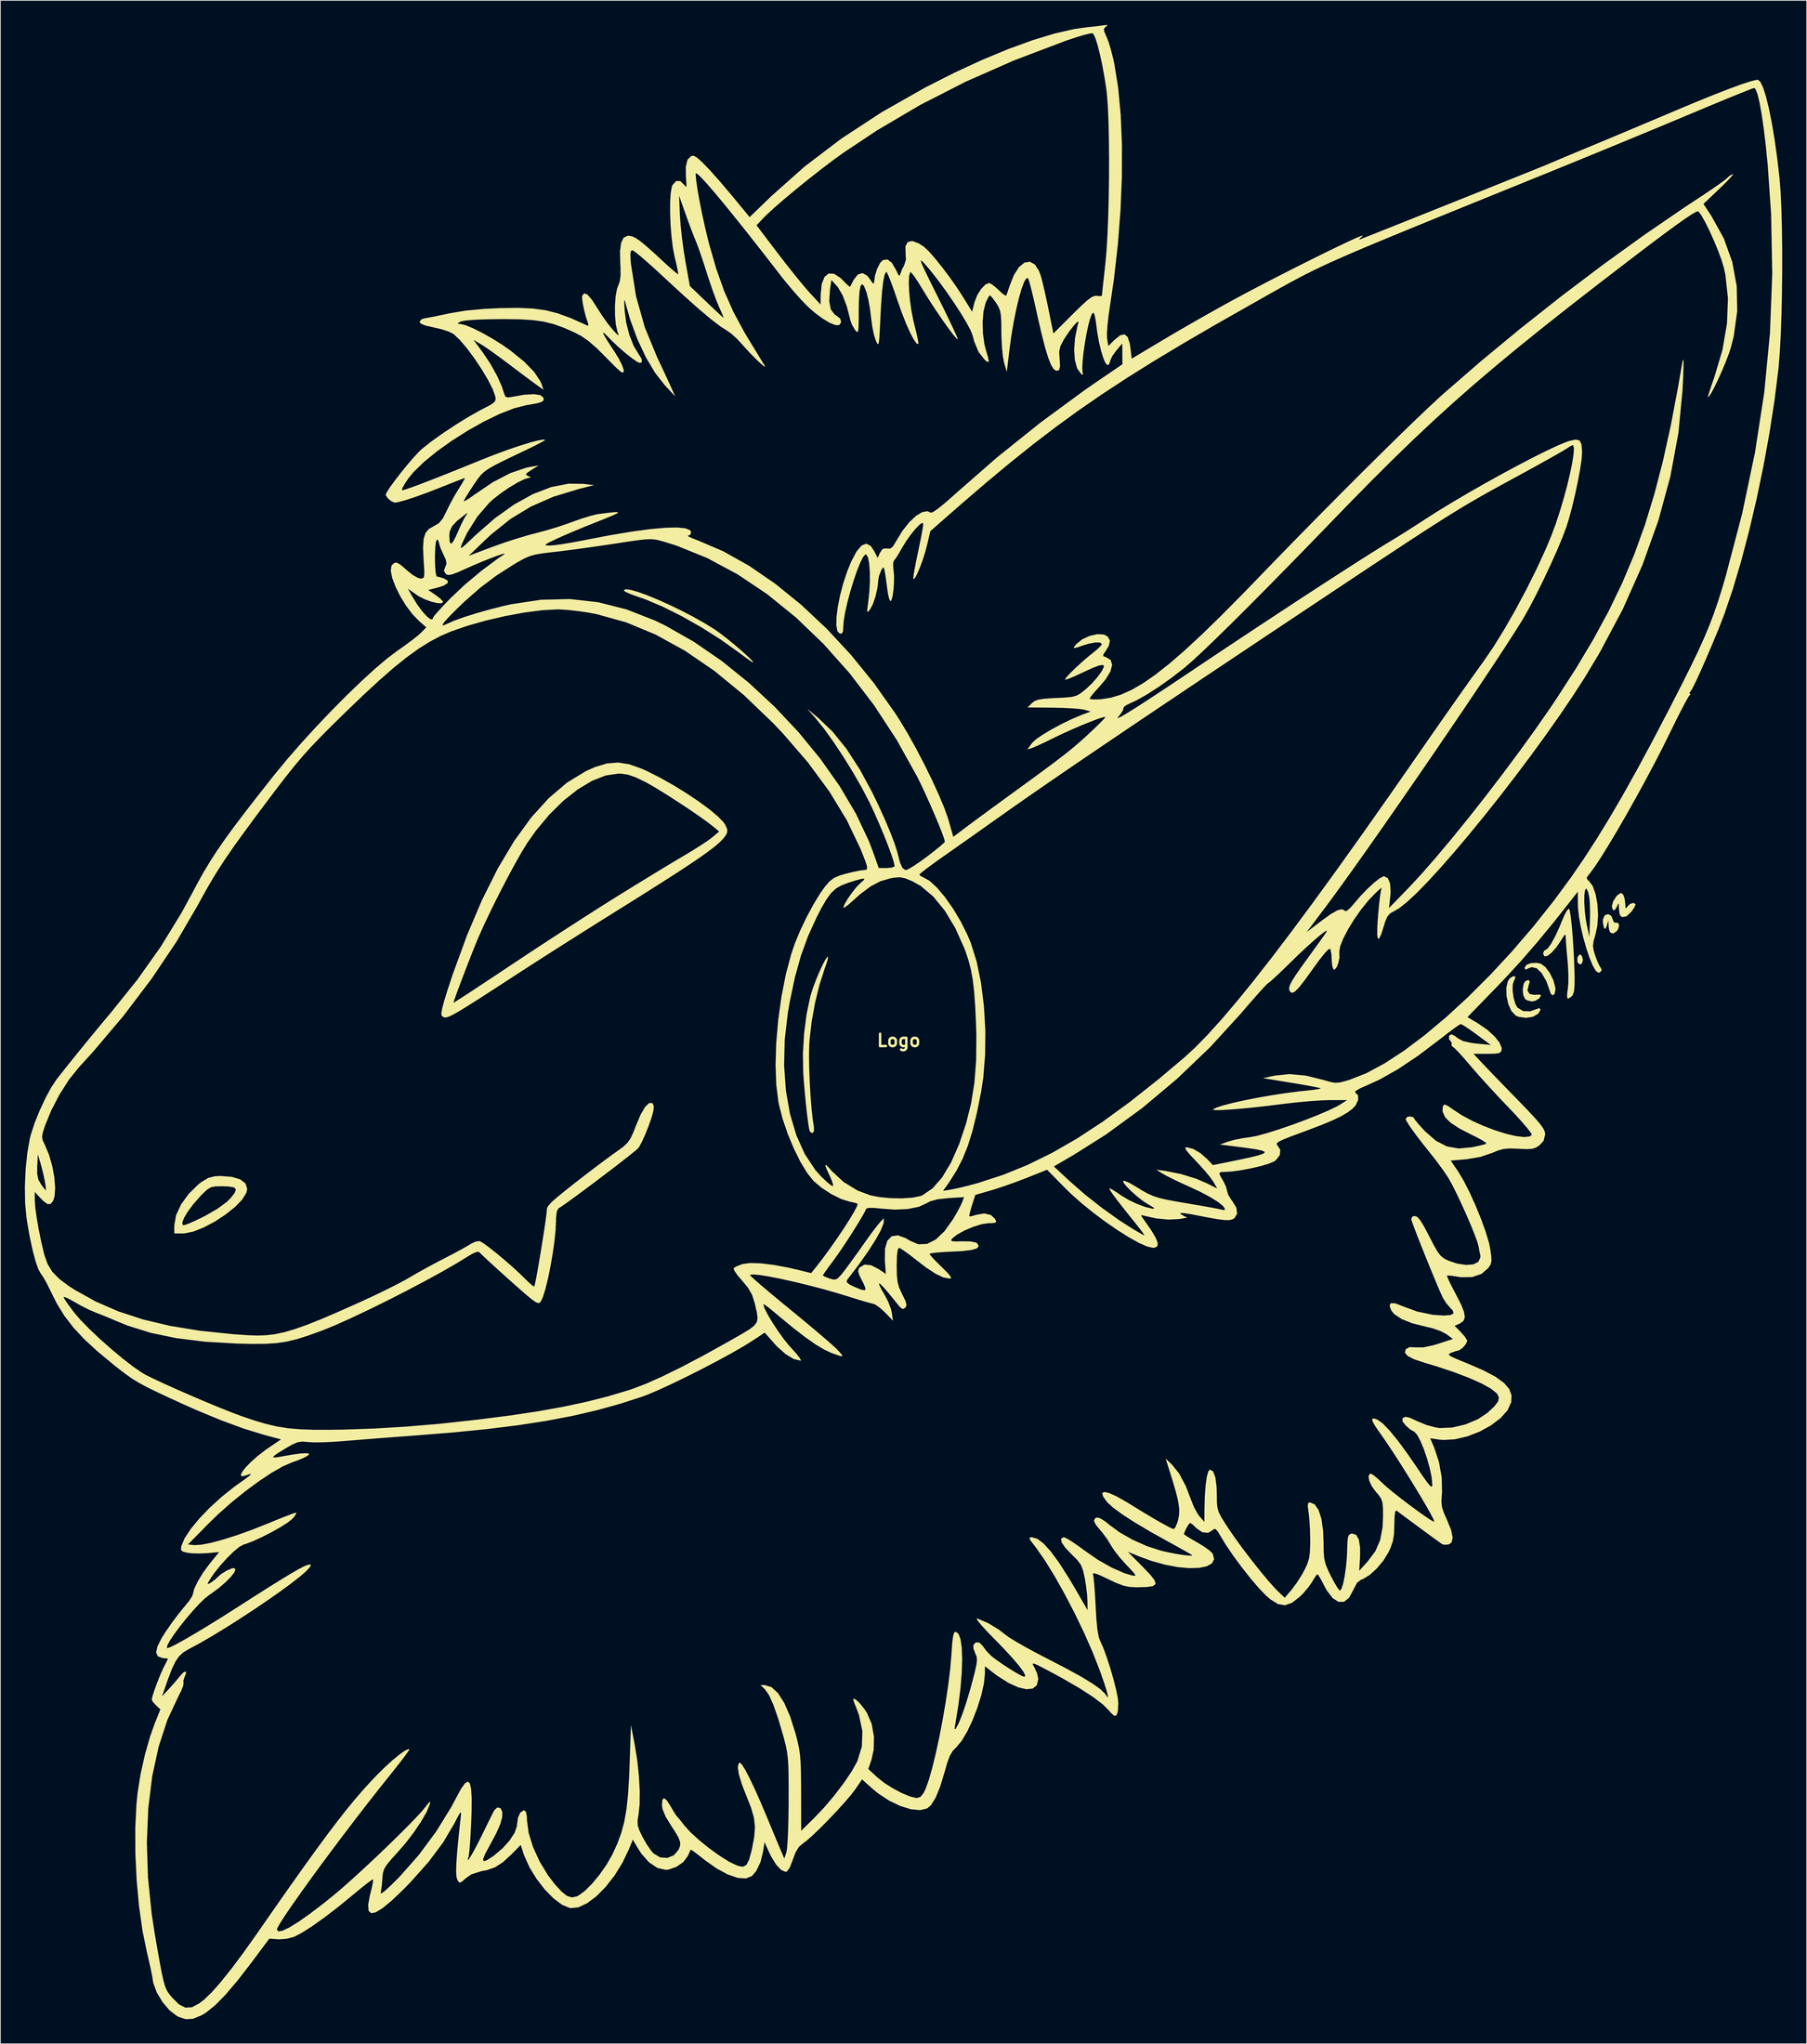
<source format=kicad_pcb>
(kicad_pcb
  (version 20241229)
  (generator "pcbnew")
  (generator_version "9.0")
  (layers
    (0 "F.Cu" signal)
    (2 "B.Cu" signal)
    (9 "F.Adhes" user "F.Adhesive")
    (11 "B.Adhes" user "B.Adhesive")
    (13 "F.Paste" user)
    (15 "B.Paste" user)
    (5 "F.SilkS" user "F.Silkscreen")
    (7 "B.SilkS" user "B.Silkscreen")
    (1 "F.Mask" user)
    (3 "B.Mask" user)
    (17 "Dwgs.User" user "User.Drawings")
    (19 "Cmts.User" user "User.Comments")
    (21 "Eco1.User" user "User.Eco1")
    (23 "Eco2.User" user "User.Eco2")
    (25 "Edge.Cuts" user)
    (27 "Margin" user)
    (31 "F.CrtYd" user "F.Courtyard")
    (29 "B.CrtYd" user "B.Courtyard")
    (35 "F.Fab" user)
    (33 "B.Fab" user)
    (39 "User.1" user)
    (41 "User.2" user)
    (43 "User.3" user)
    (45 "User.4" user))
  (footprint "Logo"
    (layer "F.Cu")
    (at 107.085 124.413)
    (property "Reference" "Logo" (at 0 0 0) (layer "F.SilkS") (effects (font (size 1.5 1.5) (thickness 0.3))))
    (attr board_only exclude_from_pos_files exclude_from_bom)
    (fp_poly (pts (xy 83.721 -10.334) (xy 83.843 -9.873) (xy 83.73 -9.451) (xy 83.493 -9.305) (xy 83.237 -9.502) (xy 83.166 -9.642) (xy 83.175 -10.134) (xy 83.265 -10.334) (xy 83.494 -10.562)) (stroke (width 0) (type solid)) (fill yes) (layer "F.SilkS"))
    (fp_poly (pts (xy 77.328 -7.211) (xy 77.198 -6.775) (xy 77.043 -6.131) (xy 77.303 -5.7) (xy 77.911 -5.581) (xy 77.996 -5.592) (xy 78.507 -5.62) (xy 78.715 -5.539) (xy 78.502 -5.162) (xy 78.008 -4.863) (xy 77.583 -4.778) (xy 77.006 -4.914) (xy 76.753 -5.08) (xy 76.517 -5.592) (xy 76.465 -6.301) (xy 76.594 -6.961) (xy 76.789 -7.26) (xy 77.173 -7.425)) (stroke (width 0) (type solid)) (fill yes) (layer "F.SilkS"))
    (fp_poly (pts (xy 78.687 -9.404) (xy 79.236 -9.005) (xy 79.777 -8.279) (xy 80.215 -7.392) (xy 80.455 -6.514) (xy 80.475 -6.234) (xy 80.374 -5.725) (xy 80.149 -5.524) (xy 79.919 -5.707) (xy 79.866 -5.847) (xy 79.372 -7.229) (xy 78.803 -8.237) (xy 78.191 -8.837) (xy 77.567 -8.992) (xy 77.198 -8.855) (xy 76.822 -8.675) (xy 76.706 -8.833) (xy 76.703 -8.921) (xy 76.922 -9.262) (xy 77.467 -9.472) (xy 78.17 -9.509)) (stroke (width 0) (type solid)) (fill yes) (layer "F.SilkS"))
    (fp_poly (pts (xy 87.328 -15.256) (xy 87.474 -14.881) (xy 87.659 -14.451) (xy 87.914 -14.433) (xy 88.193 -14.376) (xy 88.268 -14.036) (xy 88.132 -13.593) (xy 87.97 -13.379) (xy 87.539 -13.093) (xy 87.183 -13.243) (xy 87.182 -13.245) (xy 87.045 -13.601) (xy 86.989 -14.062) (xy 86.964 -14.712) (xy 86.772 -14.083) (xy 86.612 -13.678) (xy 86.474 -13.724) (xy 86.4 -13.876) (xy 86.288 -14.464) (xy 86.302 -14.882) (xy 86.543 -15.357) (xy 86.949 -15.482)) (stroke (width 0) (type solid)) (fill yes) (layer "F.SilkS"))
    (fp_poly (pts (xy 75.571 -7.821) (xy 75.505 -7.505) (xy 75.411 -7.378) (xy 75.242 -6.866) (xy 75.23 -6.076) (xy 75.352 -5.198) (xy 75.586 -4.424) (xy 75.825 -4.021) (xy 76.522 -3.597) (xy 77.389 -3.572) (xy 77.998 -3.793) (xy 78.503 -3.961) (xy 78.658 -3.796) (xy 78.419 -3.364) (xy 78.339 -3.271) (xy 77.717 -2.904) (xy 76.86 -2.771) (xy 75.99 -2.888) (xy 75.611 -3.051) (xy 75.086 -3.597) (xy 74.702 -4.448) (xy 74.483 -5.446) (xy 74.454 -6.433) (xy 74.639 -7.252) (xy 74.9 -7.632) (xy 75.327 -7.885)) (stroke (width 0) (type solid)) (fill yes) (layer "F.SilkS"))
    (fp_poly (pts (xy 88.739 -17.915) (xy 88.79 -17.839) (xy 88.961 -17.332) (xy 89.03 -16.724) (xy 89.062 -16.246) (xy 89.169 -16.216) (xy 89.297 -16.409) (xy 89.63 -16.733) (xy 90.019 -16.853) (xy 90.266 -16.725) (xy 90.283 -16.632) (xy 90.141 -16.302) (xy 89.795 -15.794) (xy 89.762 -15.752) (xy 89.176 -15.204) (xy 88.663 -15.115) (xy 88.439 -15.257) (xy 88.315 -15.605) (xy 88.255 -16.2) (xy 88.234 -16.711) (xy 88.164 -16.753) (xy 87.996 -16.367) (xy 87.733 -15.961) (xy 87.5 -16.011) (xy 87.386 -16.439) (xy 87.551 -17.046) (xy 87.93 -17.644) (xy 88.139 -17.85) (xy 88.501 -18.072)) (stroke (width 0) (type solid)) (fill yes) (layer "F.SilkS"))
    (fp_poly (pts (xy -32.905 -55.215) (xy -32.009 -54.965) (xy -30.867 -54.556) (xy -29.544 -54.015) (xy -28.105 -53.369) (xy -26.614 -52.648) (xy -25.137 -51.878) (xy -23.738 -51.088) (xy -22.527 -50.335) (xy -21.852 -49.857) (xy -21.05 -49.237) (xy -20.198 -48.543) (xy -19.374 -47.842) (xy -18.655 -47.201) (xy -18.12 -46.688) (xy -17.846 -46.369) (xy -17.855 -46.298) (xy -18.1 -46.443) (xy -18.64 -46.823) (xy -19.373 -47.365) (xy -19.616 -47.549) (xy -21.794 -49.101) (xy -24.145 -50.592) (xy -26.55 -51.956) (xy -28.891 -53.128) (xy -31.05 -54.043) (xy -31.982 -54.37) (xy -32.822 -54.666) (xy -33.434 -54.932) (xy -33.697 -55.113) (xy -33.699 -55.125) (xy -33.49 -55.277)) (stroke (width 0) (type solid)) (fill yes) (layer "F.SilkS"))
    (fp_poly (pts (xy -8.691 -9.988) (xy -8.865 -9.394) (xy -9.072 -8.814) (xy -9.704 -6.863) (xy -10.253 -4.615) (xy -10.677 -2.275) (xy -10.933 -0.048) (xy -10.959 0.345) (xy -10.995 1.653) (xy -10.977 3.252) (xy -10.913 5.005) (xy -10.81 6.773) (xy -10.678 8.418) (xy -10.522 9.801) (xy -10.395 10.58) (xy -10.392 11.104) (xy -10.57 11.349) (xy -10.837 11.216) (xy -10.898 11.128) (xy -10.991 10.767) (xy -11.111 10.003) (xy -11.247 8.936) (xy -11.387 7.664) (xy -11.52 6.287) (xy -11.636 4.904) (xy -11.706 3.898) (xy -11.742 1.616) (xy -11.599 -0.82) (xy -11.295 -3.204) (xy -10.852 -5.327) (xy -10.797 -5.532) (xy -10.517 -6.413) (xy -10.151 -7.392) (xy -9.744 -8.367) (xy -9.344 -9.235) (xy -8.996 -9.894) (xy -8.746 -10.24) (xy -8.666 -10.258)) (stroke (width 0) (type solid)) (fill yes) (layer "F.SilkS"))
    (fp_poly (pts (xy 82.122 -16.162) (xy 82.229 -15.899) (xy 82.344 -15.215) (xy 82.462 -14.188) (xy 82.574 -12.902) (xy 82.674 -11.435) (xy 82.756 -9.869) (xy 82.812 -8.284) (xy 82.822 -7.869) (xy 82.819 -6.734) (xy 82.743 -5.995) (xy 82.58 -5.547) (xy 82.472 -5.411) (xy 82.111 -5.155) (xy 81.941 -5.156) (xy 81.897 -5.467) (xy 81.952 -6.081) (xy 81.995 -6.345) (xy 82.058 -7.084) (xy 82.059 -8.132) (xy 81.999 -9.299) (xy 81.967 -9.671) (xy 81.866 -10.765) (xy 81.788 -11.732) (xy 81.744 -12.416) (xy 81.739 -12.574) (xy 81.714 -12.938) (xy 81.606 -12.943) (xy 81.344 -12.557) (xy 81.202 -12.323) (xy 80.587 -11.416) (xy 79.995 -10.748) (xy 79.487 -10.363) (xy 79.125 -10.306) (xy 78.968 -10.621) (xy 78.966 -10.688) (xy 79.107 -11.023) (xy 79.226 -11.065) (xy 79.546 -11.29) (xy 79.982 -11.91) (xy 80.488 -12.846) (xy 81.018 -14.017) (xy 81.241 -14.571) (xy 81.588 -15.376) (xy 81.899 -15.945) (xy 82.111 -16.163)) (stroke (width 0) (type solid)) (fill yes) (layer "F.SilkS"))
    (fp_poly (pts (xy -81.715 16.708) (xy -80.681 17.024) (xy -80.045 17.525) (xy -79.842 18.187) (xy -79.943 18.656) (xy -80.462 19.496) (xy -81.353 20.411) (xy -82.506 21.33) (xy -83.809 22.183) (xy -85.153 22.898) (xy -86.429 23.405) (xy -87.525 23.634) (xy -87.698 23.64) (xy -88.774 23.64) (xy -88.774 22.621) (xy -88.717 22.304) (xy -87.8 22.304) (xy -87.737 22.605) (xy -87.625 22.634) (xy -87.238 22.523) (xy -86.526 22.225) (xy -85.604 21.791) (xy -84.975 21.474) (xy -83.48 20.615) (xy -82.342 19.775) (xy -81.853 19.29) (xy -81.359 18.646) (xy -81.226 18.227) (xy -81.49 17.987) (xy -82.188 17.88) (xy -83.016 17.859) (xy -83.76 17.875) (xy -84.28 17.979) (xy -84.737 18.251) (xy -85.287 18.77) (xy -85.692 19.194) (xy -86.488 20.106) (xy -87.132 20.978) (xy -87.584 21.736) (xy -87.8 22.304) (xy -88.717 22.304) (xy -88.555 21.396) (xy -87.945 20.084) (xy -87.014 18.794) (xy -85.834 17.639) (xy -85.421 17.32) (xy -84.613 16.837) (xy -83.794 16.629) (xy -83.116 16.598)) (stroke (width 0) (type solid)) (fill yes) (layer "F.SilkS"))
    (fp_poly (pts (xy -33.032 -33.837) (xy -31.465 -33.281) (xy -30.832 -32.994) (xy -29.223 -32.18) (xy -27.58 -31.253) (xy -25.979 -30.266) (xy -24.492 -29.269) (xy -23.195 -28.312) (xy -22.16 -27.447) (xy -21.464 -26.725) (xy -21.253 -26.411) (xy -21.009 -25.845) (xy -21.036 -25.44) (xy -21.247 -25.063) (xy -21.539 -24.687) (xy -21.97 -24.253) (xy -22.574 -23.738) (xy -23.381 -23.122) (xy -24.423 -22.382) (xy -25.732 -21.496) (xy -27.34 -20.443) (xy -29.278 -19.201) (xy -31.578 -17.748) (xy -34.271 -16.062) (xy -34.831 -15.713) (xy -36.817 -14.47) (xy -38.953 -13.125) (xy -41.122 -11.752) (xy -43.21 -10.423) (xy -45.099 -9.212) (xy -46.65 -8.21) (xy -48.805 -6.808) (xy -50.579 -5.66) (xy -52.01 -4.741) (xy -53.141 -4.03) (xy -54.01 -3.505) (xy -54.658 -3.144) (xy -55.125 -2.924) (xy -55.451 -2.824) (xy -55.675 -2.821) (xy -55.839 -2.894) (xy -55.982 -3.019) (xy -56.004 -3.041) (xy -56.053 -3.3) (xy -55.961 -3.872) (xy -55.765 -4.618) (xy -54.572 -4.618) (xy -54.371 -4.731) (xy -53.801 -5.092) (xy -52.908 -5.671) (xy -51.742 -6.436) (xy -50.349 -7.355) (xy -48.779 -8.397) (xy -47.468 -9.27) (xy -45.438 -10.617) (xy -43.232 -12.064) (xy -40.965 -13.539) (xy -38.753 -14.966) (xy -36.709 -16.271) (xy -34.948 -17.38) (xy -34.705 -17.532) (xy -33.016 -18.578) (xy -31.306 -19.629) (xy -29.671 -20.628) (xy -28.207 -21.515) (xy -27.01 -22.232) (xy -26.406 -22.588) (xy -25.278 -23.263) (xy -24.224 -23.928) (xy -23.37 -24.499) (xy -22.886 -24.86) (xy -22.006 -25.596) (xy -22.634 -26.127) (xy -23.404 -26.726) (xy -24.496 -27.508) (xy -25.797 -28.397) (xy -27.196 -29.321) (xy -28.58 -30.206) (xy -29.838 -30.978) (xy -30.858 -31.564) (xy -31.121 -31.703) (xy -32.264 -32.246) (xy -33.161 -32.555) (xy -33.979 -32.682) (xy -34.363 -32.693) (xy -35.915 -32.465) (xy -37.591 -31.806) (xy -39.339 -30.757) (xy -41.106 -29.359) (xy -42.837 -27.651) (xy -44.481 -25.675) (xy -45.503 -24.226) (xy -46.203 -23.089) (xy -47.048 -21.601) (xy -47.981 -19.87) (xy -48.946 -18.008) (xy -49.886 -16.123) (xy -50.745 -14.325) (xy -51.466 -12.724) (xy -51.69 -12.197) (xy -52.066 -11.273) (xy -52.508 -10.154) (xy -52.982 -8.935) (xy -53.452 -7.71) (xy -53.881 -6.572) (xy -54.235 -5.615) (xy -54.477 -4.934) (xy -54.572 -4.622) (xy -54.572 -4.618) (xy -55.765 -4.618) (xy -55.719 -4.794) (xy -55.316 -6.104) (xy -54.743 -7.839) (xy -54.65 -8.112) (xy -52.898 -12.907) (xy -51.059 -17.227) (xy -49.135 -21.07) (xy -47.128 -24.432) (xy -45.041 -27.31) (xy -42.875 -29.701) (xy -40.633 -31.602) (xy -38.316 -33.009) (xy -37.22 -33.493) (xy -35.776 -33.933) (xy -34.425 -34.051)) (stroke (width 0) (type solid)) (fill yes) (layer "F.SilkS"))
    (fp_poly (pts (xy 25.518 -124.299) (xy 25.384 -124.198) (xy 25.16 -123.971) (xy 25.161 -123.658) (xy 25.399 -123.097) (xy 25.462 -122.967) (xy 25.725 -122.288) (xy 26.025 -121.288) (xy 26.311 -120.143) (xy 26.412 -119.676) (xy 26.888 -116.728) (xy 27.201 -113.379) (xy 27.352 -109.705) (xy 27.343 -105.78) (xy 27.175 -101.679) (xy 26.849 -97.476) (xy 26.367 -93.247) (xy 25.898 -90.072) (xy 25.709 -88.771) (xy 25.577 -87.571) (xy 25.514 -86.6) (xy 25.53 -85.991) (xy 25.531 -85.981) (xy 25.684 -85.073) (xy 26.403 -85.792) (xy 27.118 -86.377) (xy 27.661 -86.508) (xy 28.053 -86.176) (xy 28.316 -85.367) (xy 28.413 -84.702) (xy 28.544 -83.522) (xy 32.442 -85.853) (xy 34.021 -86.784) (xy 35.87 -87.852) (xy 37.813 -88.958) (xy 39.675 -90.001) (xy 40.741 -90.587) (xy 42.22 -91.386) (xy 43.845 -92.244) (xy 45.564 -93.138) (xy 47.326 -94.042) (xy 49.08 -94.93) (xy 50.776 -95.779) (xy 52.362 -96.562) (xy 53.788 -97.254) (xy 55.002 -97.831) (xy 55.955 -98.266) (xy 56.594 -98.535) (xy 56.869 -98.613) (xy 56.836 -98.555) (xy 56.484 -98.218) (xy 56.43 -98.097) (xy 56.458 -98.106) (xy 57.493 -98.515) (xy 58.838 -99.05) (xy 60.439 -99.688) (xy 62.24 -100.406) (xy 64.185 -101.183) (xy 66.219 -101.996) (xy 68.287 -102.823) (xy 70.331 -103.641) (xy 72.298 -104.429) (xy 74.131 -105.163) (xy 75.775 -105.823) (xy 77.173 -106.385) (xy 78.272 -106.828) (xy 79.014 -107.128) (xy 79.344 -107.264) (xy 79.806 -107.462) (xy 80.647 -107.817) (xy 81.782 -108.293) (xy 83.126 -108.854) (xy 84.593 -109.464) (xy 84.75 -109.53) (xy 86.415 -110.223) (xy 88.392 -111.051) (xy 90.531 -111.949) (xy 92.683 -112.856) (xy 94.696 -113.706) (xy 95.187 -113.914) (xy 97.661 -114.95) (xy 99.849 -115.838) (xy 101.718 -116.567) (xy 103.239 -117.125) (xy 104.378 -117.5) (xy 105.104 -117.68) (xy 105.264 -117.695) (xy 105.577 -117.452) (xy 105.916 -116.754) (xy 106.272 -115.649) (xy 106.633 -114.183) (xy 106.991 -112.403) (xy 107.334 -110.356) (xy 107.651 -108.088) (xy 107.934 -105.648) (xy 107.936 -105.624) (xy 108.066 -103.973) (xy 108.164 -101.917) (xy 108.228 -99.552) (xy 108.261 -96.976) (xy 108.263 -94.285) (xy 108.234 -91.575) (xy 108.175 -88.944) (xy 108.087 -86.488) (xy 107.969 -84.303) (xy 107.823 -82.487) (xy 107.797 -82.236) (xy 107.317 -78.387) (xy 106.699 -74.399) (xy 105.963 -70.356) (xy 105.127 -66.341) (xy 104.211 -62.438) (xy 103.235 -58.731) (xy 102.217 -55.303) (xy 101.176 -52.238) (xy 100.478 -50.431) (xy 99.645 -48.43) (xy 98.886 -46.653) (xy 98.221 -45.147) (xy 97.672 -43.96) (xy 97.26 -43.137) (xy 97.006 -42.725) (xy 96.972 -42.693) (xy 96.857 -42.525) (xy 96.948 -42.501) (xy 97.03 -42.399) (xy 96.924 -42.309) (xy 96.734 -42.034) (xy 96.366 -41.377) (xy 95.859 -40.411) (xy 95.25 -39.208) (xy 94.577 -37.841) (xy 94.49 -37.661) (xy 93.553 -35.771) (xy 92.508 -33.749) (xy 91.392 -31.658) (xy 90.242 -29.562) (xy 89.094 -27.523) (xy 87.984 -25.605) (xy 86.947 -23.871) (xy 86.021 -22.385) (xy 85.242 -21.209) (xy 84.645 -20.408) (xy 84.556 -20.303) (xy 84.297 -19.936) (xy 84.412 -19.679) (xy 84.571 -19.549) (xy 85.038 -18.929) (xy 85.392 -17.944) (xy 85.616 -16.722) (xy 85.695 -15.39) (xy 85.613 -14.076) (xy 85.382 -12.995) (xy 85.144 -12.167) (xy 85.074 -11.575) (xy 85.171 -10.981) (xy 85.371 -10.336) (xy 85.651 -9.592) (xy 85.911 -9.063) (xy 86.031 -8.913) (xy 86.151 -8.635) (xy 85.951 -8.361) (xy 85.728 -8.299) (xy 85.419 -8.532) (xy 85.054 -9.167) (xy 84.66 -10.114) (xy 84.265 -11.279) (xy 83.898 -12.569) (xy 83.586 -13.893) (xy 83.357 -15.158) (xy 83.24 -16.27) (xy 83.23 -16.583) (xy 83.227 -16.901) (xy 84.009 -16.901) (xy 84.069 -15.886) (xy 84.192 -14.846) (xy 84.31 -14.188) (xy 84.625 -12.7) (xy 84.703 -14.586) (xy 84.721 -15.691) (xy 84.693 -16.758) (xy 84.625 -17.541) (xy 84.48 -18.193) (xy 84.3 -18.571) (xy 84.232 -18.61) (xy 84.089 -18.381) (xy 84.015 -17.772) (xy 84.009 -16.901) (xy 83.227 -16.901) (xy 83.218 -18.233) (xy 82.538 -17.359) (xy 80.29 -14.517) (xy 78.221 -12.007) (xy 76.246 -9.734) (xy 74.284 -7.599) (xy 73.291 -6.564) (xy 69.696 -2.863) (xy 71.033 -2.063) (xy 72.118 -1.315) (xy 73.006 -0.512) (xy 73.622 0.262) (xy 73.889 0.922) (xy 73.888 1.094) (xy 73.801 1.383) (xy 73.565 1.546) (xy 73.065 1.618) (xy 72.184 1.635) (xy 72.122 1.635) (xy 70.433 1.635) (xy 71.493 2.766) (xy 72.015 3.315) (xy 72.808 4.141) (xy 73.795 5.162) (xy 74.894 6.295) (xy 75.886 7.313) (xy 77.077 8.546) (xy 77.954 9.485) (xy 78.561 10.187) (xy 78.944 10.709) (xy 79.147 11.108) (xy 79.216 11.441) (xy 79.218 11.507) (xy 79.024 12.287) (xy 78.526 12.834) (xy 78.101 13.119) (xy 77.636 13.269) (xy 76.977 13.309) (xy 75.972 13.265) (xy 75.966 13.264) (xy 74.888 13.226) (xy 74.092 13.294) (xy 73.36 13.505) (xy 72.728 13.773) (xy 71.292 14.26) (xy 69.632 14.544) (xy 69.501 14.556) (xy 67.642 14.712) (xy 68.58 16.095) (xy 69.24 17.198) (xy 69.959 18.615) (xy 70.682 20.212) (xy 71.354 21.857) (xy 71.919 23.416) (xy 72.322 24.757) (xy 72.467 25.431) (xy 72.608 26.375) (xy 72.638 26.98) (xy 72.543 27.4) (xy 72.309 27.79) (xy 72.254 27.865) (xy 71.407 28.6) (xy 70.258 28.985) (xy 68.887 28.999) (xy 68.557 28.948) (xy 67.816 28.832) (xy 67.308 28.788) (xy 67.18 28.805) (xy 67.252 29.05) (xy 67.521 29.635) (xy 67.939 30.46) (xy 68.249 31.044) (xy 68.9 32.317) (xy 69.271 33.247) (xy 69.372 33.9) (xy 69.213 34.345) (xy 68.804 34.648) (xy 68.764 34.667) (xy 68.118 34.961) (xy 68.89 35.733) (xy 69.366 36.278) (xy 69.638 36.721) (xy 69.661 36.823) (xy 69.491 37.203) (xy 69.109 37.645) (xy 68.709 37.943) (xy 68.589 37.974) (xy 68.267 38.055) (xy 67.742 38.238) (xy 67.471 38.362) (xy 67.402 38.489) (xy 67.595 38.659) (xy 68.106 38.91) (xy 68.994 39.283) (xy 69.72 39.576) (xy 71.655 40.414) (xy 73.128 41.194) (xy 74.171 41.948) (xy 74.817 42.704) (xy 75.1 43.491) (xy 75.057 44.314) (xy 74.605 45.303) (xy 73.747 46.266) (xy 72.578 47.152) (xy 71.194 47.912) (xy 69.692 48.497) (xy 68.167 48.856) (xy 66.715 48.941) (xy 66.2 48.89) (xy 65.128 48.73) (xy 65.618 49.875) (xy 66.201 51.635) (xy 66.535 53.521) (xy 66.581 55.301) (xy 66.558 55.577) (xy 66.5 56.457) (xy 66.572 57.16) (xy 66.818 57.906) (xy 67.151 58.647) (xy 67.686 59.951) (xy 67.883 60.898) (xy 67.744 61.499) (xy 67.403 61.738) (xy 66.844 61.778) (xy 66.579 61.692) (xy 66.292 61.49) (xy 65.695 61.058) (xy 64.884 60.466) (xy 63.953 59.782) (xy 62.997 59.078) (xy 62.111 58.421) (xy 61.388 57.883) (xy 60.985 57.578) (xy 60.847 57.698) (xy 60.761 58.295) (xy 60.732 59.311) (xy 60.695 60.465) (xy 60.551 61.347) (xy 60.254 62.187) (xy 60.026 62.676) (xy 59.394 63.71) (xy 58.583 64.683) (xy 57.712 65.477) (xy 56.898 65.972) (xy 56.68 66.045) (xy 56.168 66.426) (xy 55.712 67.287) (xy 55.703 67.311) (xy 55.182 68.277) (xy 54.565 68.761) (xy 53.883 68.77) (xy 53.171 68.308) (xy 52.46 67.38) (xy 52.123 66.758) (xy 51.747 66.036) (xy 51.447 65.538) (xy 51.308 65.386) (xy 51.111 65.586) (xy 50.794 66.083) (xy 50.687 66.275) (xy 50.22 66.961) (xy 49.55 67.741) (xy 49.127 68.161) (xy 48.18 68.891) (xy 47.329 69.188) (xy 46.482 69.047) (xy 45.548 68.464) (xy 44.977 67.966) (xy 44.113 67.069) (xy 43.09 65.869) (xy 42.008 64.497) (xy 40.968 63.083) (xy 40.068 61.755) (xy 39.556 60.915) (xy 39.124 60.194) (xy 38.839 59.859) (xy 38.624 59.841) (xy 38.484 59.972) (xy 37.912 60.318) (xy 37.211 60.246) (xy 36.508 59.772) (xy 36.465 59.728) (xy 36.023 59.304) (xy 35.725 59.102) (xy 35.707 59.099) (xy 35.515 59.296) (xy 35.249 59.742) (xy 35.025 60.221) (xy 34.956 60.482) (xy 35.159 60.644) (xy 35.695 60.979) (xy 36.455 61.421) (xy 36.595 61.5) (xy 37.431 62.009) (xy 38.099 62.493) (xy 38.466 62.853) (xy 38.48 62.877) (xy 38.647 63.543) (xy 38.389 64.054) (xy 37.76 64.41) (xy 36.817 64.606) (xy 35.613 64.642) (xy 34.204 64.515) (xy 32.643 64.221) (xy 30.987 63.76) (xy 29.582 63.25) (xy 28.074 62.641) (xy 29.93 64.509) (xy 30.845 65.466) (xy 31.366 66.14) (xy 31.478 66.58) (xy 31.163 66.835) (xy 30.406 66.954) (xy 29.191 66.987) (xy 29.12 66.987) (xy 28.28 66.942) (xy 27.493 66.772) (xy 26.589 66.425) (xy 25.652 65.98) (xy 24.614 65.492) (xy 23.992 65.267) (xy 23.779 65.304) (xy 23.793 65.366) (xy 23.867 65.753) (xy 23.951 66.538) (xy 24.034 67.618) (xy 24.108 68.889) (xy 24.127 69.284) (xy 24.227 70.989) (xy 24.356 72.244) (xy 24.519 73.106) (xy 24.688 73.559) (xy 25.063 74.395) (xy 25.483 75.535) (xy 25.908 76.848) (xy 26.301 78.203) (xy 26.623 79.469) (xy 26.837 80.515) (xy 26.905 81.162) (xy 26.853 82.158) (xy 26.693 82.676) (xy 26.408 82.733) (xy 25.979 82.344) (xy 25.833 82.161) (xy 25.061 81.375) (xy 23.831 80.435) (xy 22.161 79.353) (xy 20.068 78.14) (xy 18.956 77.535) (xy 17.806 76.923) (xy 17.039 76.531) (xy 16.596 76.34) (xy 16.418 76.332) (xy 16.444 76.489) (xy 16.616 76.791) (xy 16.628 76.811) (xy 16.954 77.525) (xy 17.1 78.196) (xy 17.1 78.224) (xy 16.925 78.977) (xy 16.426 79.392) (xy 15.646 79.477) (xy 14.63 79.238) (xy 13.42 78.682) (xy 12.061 77.814) (xy 11.505 77.397) (xy 10.562 76.661) (xy 10.562 77.522) (xy 10.444 78.742) (xy 10.122 80.185) (xy 9.64 81.732) (xy 9.047 83.265) (xy 8.387 84.664) (xy 7.708 85.81) (xy 7.055 86.586) (xy 7.019 86.617) (xy 6.601 87.052) (xy 6.261 87.635) (xy 5.944 88.487) (xy 5.645 89.529) (xy 5.078 91.403) (xy 4.511 92.787) (xy 3.936 93.693) (xy 3.483 94.076) (xy 2.607 94.286) (xy 1.473 94.173) (xy 0.177 93.771) (xy -1.184 93.117) (xy -2.514 92.243) (xy -3.237 91.647) (xy -4.492 90.519) (xy -5.316 91.722) (xy -5.869 92.444) (xy -6.666 93.373) (xy -7.62 94.423) (xy -8.648 95.504) (xy -9.665 96.528) (xy -10.585 97.409) (xy -11.324 98.058) (xy -11.695 98.331) (xy -12.235 98.787) (xy -12.648 99.469) (xy -12.97 100.336) (xy -13.348 101.315) (xy -13.698 101.797) (xy -13.851 101.851) (xy -14.404 101.619) (xy -15.019 100.968) (xy -15.636 99.967) (xy -15.882 99.459) (xy -16.447 98.205) (xy -16.622 99.361) (xy -16.947 100.664) (xy -17.463 101.743) (xy -17.987 102.359) (xy -18.725 102.655) (xy -19.731 102.585) (xy -20.95 102.168) (xy -22.328 101.424) (xy -23.811 100.371) (xy -24.026 100.198) (xy -24.719 99.65) (xy -25.24 99.267) (xy -25.489 99.125) (xy -25.496 99.128) (xy -25.623 99.394) (xy -25.847 99.903) (xy -26.397 100.644) (xy -27.254 101.24) (xy -28.22 101.569) (xy -28.569 101.599) (xy -29.579 101.362) (xy -30.59 100.69) (xy -31.518 99.643) (xy -31.824 99.174) (xy -32.59 97.897) (xy -33.059 99.057) (xy -33.864 100.746) (xy -34.836 102.311) (xy -35.919 103.696) (xy -37.056 104.843) (xy -38.19 105.695) (xy -39.264 106.197) (xy -40.221 106.291) (xy -40.303 106.277) (xy -41.264 105.876) (xy -42.314 105.088) (xy -43.378 104.002) (xy -44.38 102.708) (xy -45.246 101.294) (xy -45.899 99.85) (xy -46.016 99.509) (xy -46.323 98.55) (xy -47.468 99.711) (xy -48.514 100.671) (xy -49.465 101.285) (xy -50.478 101.64) (xy -51.151 101.761) (xy -52.38 102.157) (xy -53.041 102.622) (xy -53.536 103.056) (xy -53.805 103.174) (xy -53.989 103) (xy -54.101 102.798) (xy -54.201 102.436) (xy -54.239 101.803) (xy -54.215 100.855) (xy -54.124 99.548) (xy -53.966 97.841) (xy -53.738 95.688) (xy -53.682 95.187) (xy -53.638 94.71) (xy -53.669 94.539) (xy -53.818 94.711) (xy -54.122 95.266) (xy -54.47 95.942) (xy -55.826 98.233) (xy -57.597 100.605) (xy -59.81 103.09) (xy -60.739 104.039) (xy -62.138 105.372) (xy -63.253 106.294) (xy -64.093 106.807) (xy -64.662 106.911) (xy -64.968 106.606) (xy -65.017 105.895) (xy -64.815 104.777) (xy -64.773 104.611) (xy -64.562 103.738) (xy -64.431 103.079) (xy -64.405 102.76) (xy -64.41 102.751) (xy -64.626 102.87) (xy -65.151 103.259) (xy -65.909 103.859) (xy -66.827 104.614) (xy -67.021 104.777) (xy -68.757 106.194) (xy -70.398 107.452) (xy -71.877 108.503) (xy -73.128 109.302) (xy -74.084 109.799) (xy -74.093 109.802) (xy -74.979 110.039) (xy -75.944 110.114) (xy -76.076 110.107) (xy -77.133 110.025) (xy -79.392 113.053) (xy -81.05 115.194) (xy -82.504 116.901) (xy -83.772 118.19) (xy -84.871 119.08) (xy -85.442 119.423) (xy -86.483 119.843) (xy -87.364 119.9) (xy -88.268 119.6) (xy -88.451 119.506) (xy -89.36 118.81) (xy -90.223 117.789) (xy -90.925 116.617) (xy -91.349 115.464) (xy -91.413 115.084) (xy -91.505 114.514) (xy -91.691 113.6) (xy -91.943 112.482) (xy -92.14 111.659) (xy -92.679 109.018) (xy -93.099 106.031) (xy -93.391 102.844) (xy -93.546 99.604) (xy -93.551 98.2) (xy -92.139 98.2) (xy -92.001 102.529) (xy -91.546 107.001) (xy -91.165 109.471) (xy -90.821 111.459) (xy -90.544 113.015) (xy -90.317 114.204) (xy -90.122 115.093) (xy -89.942 115.745) (xy -89.759 116.225) (xy -89.555 116.598) (xy -89.313 116.929) (xy -89.067 117.223) (xy -88.207 118.079) (xy -87.423 118.481) (xy -86.62 118.435) (xy -85.703 117.949) (xy -85.124 117.502) (xy -84.218 116.635) (xy -83.09 115.358) (xy -81.766 113.703) (xy -80.268 111.698) (xy -78.698 109.485) (xy -76.513 106.347) (xy -74.579 103.591) (xy -72.867 101.179) (xy -71.349 99.075) (xy -69.998 97.242) (xy -68.785 95.643) (xy -67.683 94.24) (xy -66.663 92.997) (xy -65.698 91.876) (xy -64.759 90.841) (xy -64.023 90.065) (xy -63.006 89.056) (xy -62.033 88.171) (xy -61.172 87.464) (xy -60.491 86.989) (xy -60.058 86.8) (xy -59.96 86.824) (xy -60.076 87.042) (xy -60.461 87.581) (xy -61.062 88.373) (xy -61.83 89.352) (xy -62.388 90.048) (xy -63.767 91.775) (xy -65.212 93.618) (xy -66.69 95.534) (xy -68.169 97.477) (xy -69.617 99.404) (xy -71 101.272) (xy -72.287 103.034) (xy -73.445 104.648) (xy -74.443 106.069) (xy -75.247 107.253) (xy -75.825 108.156) (xy -76.145 108.734) (xy -76.2 108.906) (xy -76.02 109.143) (xy -75.499 109.053) (xy -74.661 108.65) (xy -73.533 107.951) (xy -72.139 106.97) (xy -70.507 105.724) (xy -69.191 104.666) (xy -68.148 103.781) (xy -66.915 102.686) (xy -65.556 101.444) (xy -64.136 100.116) (xy -62.72 98.764) (xy -61.372 97.452) (xy -60.157 96.24) (xy -59.14 95.191) (xy -58.384 94.367) (xy -58.025 93.93) (xy -57.604 93.391) (xy -57.422 93.248) (xy -57.439 93.476) (xy -57.46 93.552) (xy -57.851 94.498) (xy -58.527 95.683) (xy -59.414 96.998) (xy -60.437 98.331) (xy -61.386 99.425) (xy -62.205 100.327) (xy -62.739 100.977) (xy -63.051 101.485) (xy -63.205 101.96) (xy -63.268 102.51) (xy -63.274 102.624) (xy -63.343 103.482) (xy -63.447 104.213) (xy -63.493 104.422) (xy -63.4 104.492) (xy -62.998 104.205) (xy -62.311 103.581) (xy -61.361 102.641) (xy -61.127 102.401) (xy -58.828 99.799) (xy -56.691 96.914) (xy -54.846 93.931) (xy -54.212 92.735) (xy -53.632 91.668) (xy -53.169 91.014) (xy -52.816 90.786) (xy -52.564 90.997) (xy -52.406 91.661) (xy -52.335 92.788) (xy -52.344 94.392) (xy -52.394 95.828) (xy -52.462 97.176) (xy -52.54 98.371) (xy -52.62 99.311) (xy -52.694 99.892) (xy -52.72 100) (xy -52.826 100.386) (xy -52.737 100.37) (xy -52.482 99.999) (xy -52.091 99.321) (xy -51.593 98.383) (xy -51.063 97.325) (xy -50.534 96.246) (xy -50.072 95.31) (xy -49.729 94.624) (xy -49.567 94.307) (xy -49.19 93.959) (xy -48.801 94.043) (xy -48.581 94.5) (xy -48.599 95.177) (xy -48.842 96.037) (xy -49.338 97.152) (xy -50.113 98.591) (xy -50.149 98.654) (xy -50.693 99.669) (xy -50.936 100.293) (xy -50.871 100.542) (xy -50.489 100.433) (xy -49.783 99.984) (xy -49.619 99.866) (xy -48.566 98.98) (xy -47.689 98.009) (xy -47.069 97.058) (xy -46.786 96.234) (xy -46.776 96.088) (xy -46.665 95.223) (xy -46.373 94.588) (xy -45.963 94.31) (xy -45.911 94.307) (xy -45.68 94.496) (xy -45.571 95.099) (xy -45.558 95.512) (xy -45.36 97.053) (xy -44.828 98.779) (xy -44.017 100.56) (xy -42.985 102.265) (xy -42.128 103.382) (xy -41.298 104.285) (xy -40.639 104.803) (xy -40.061 104.979) (xy -39.472 104.857) (xy -39.242 104.749) (xy -38.471 104.191) (xy -37.576 103.296) (xy -36.653 102.179) (xy -35.797 100.954) (xy -35.102 99.738) (xy -35.096 99.725) (xy -34.48 98.381) (xy -33.999 97.073) (xy -33.634 95.706) (xy -33.365 94.182) (xy -33.175 92.403) (xy -33.043 90.273) (xy -32.989 88.9) (xy -32.817 83.87) (xy -32.356 86.259) (xy -32.048 88.161) (xy -31.84 90.099) (xy -31.74 91.941) (xy -31.753 93.556) (xy -31.882 94.781) (xy -32.002 95.566) (xy -31.982 96.159) (xy -31.785 96.771) (xy -31.395 97.578) (xy -30.901 98.444) (xy -30.382 99.204) (xy -30.042 99.598) (xy -29.218 100.081) (xy -28.343 100.137) (xy -27.548 99.804) (xy -26.964 99.119) (xy -26.795 98.666) (xy -26.781 98.228) (xy -26.975 97.672) (xy -27.423 96.896) (xy -27.811 96.312) (xy -28.555 95.105) (xy -28.943 94.167) (xy -29.016 93.705) (xy -28.968 93.026) (xy -28.767 92.821) (xy -28.423 93.09) (xy -27.947 93.831) (xy -27.945 93.834) (xy -27.562 94.495) (xy -27.265 94.952) (xy -27.173 95.061) (xy -26.934 95.323) (xy -26.52 95.842) (xy -26.293 96.14) (xy -25.564 96.952) (xy -24.527 97.904) (xy -23.313 98.89) (xy -22.055 99.805) (xy -20.883 100.545) (xy -20.584 100.708) (xy -19.709 101.116) (xy -19.096 101.229) (xy -18.667 100.997) (xy -18.344 100.372) (xy -18.049 99.305) (xy -17.997 99.081) (xy -17.711 97.602) (xy -17.619 96.378) (xy -17.739 95.236) (xy -18.09 94.001) (xy -18.646 92.597) (xy -19.226 91.118) (xy -19.587 89.924) (xy -19.722 89.056) (xy -19.62 88.561) (xy -19.49 88.47) (xy -19.251 88.654) (xy -18.856 89.27) (xy -18.324 90.276) (xy -17.675 91.635) (xy -16.93 93.304) (xy -16.108 95.246) (xy -16.08 95.313) (xy -15.563 96.561) (xy -15.082 97.719) (xy -14.686 98.666) (xy -14.425 99.284) (xy -14.402 99.337) (xy -14.024 100.217) (xy -13.766 99.462) (xy -13.688 98.989) (xy -13.619 98.097) (xy -13.561 96.869) (xy -13.519 95.39) (xy -13.495 93.743) (xy -13.492 93.175) (xy -13.49 91.335) (xy -13.501 89.905) (xy -13.532 88.794) (xy -13.592 87.911) (xy -13.686 87.162) (xy -13.823 86.456) (xy -14.01 85.701) (xy -14.131 85.253) (xy -14.772 83.07) (xy -15.361 81.383) (xy -15.899 80.189) (xy -16.388 79.486) (xy -16.416 79.459) (xy -16.944 78.966) (xy -16.428 78.966) (xy -15.599 79.215) (xy -14.796 79.95) (xy -14.029 81.154) (xy -13.309 82.811) (xy -12.646 84.905) (xy -12.626 84.98) (xy -12.39 85.891) (xy -12.218 86.7) (xy -12.1 87.514) (xy -12.026 88.443) (xy -11.985 89.596) (xy -11.967 91.082) (xy -11.964 92.105) (xy -11.956 96.818) (xy -10.36 95.248) (xy -9.115 93.935) (xy -7.876 92.468) (xy -6.734 90.969) (xy -5.779 89.555) (xy -5.102 88.348) (xy -5.066 88.271) (xy -4.522 86.504) (xy -4.454 84.621) (xy -4.863 82.668) (xy -5.096 82.032) (xy -5.427 81.201) (xy -5.573 80.756) (xy -5.542 80.618) (xy -5.339 80.708) (xy -5.195 80.801) (xy -4.756 81.215) (xy -4.222 81.886) (xy -3.904 82.358) (xy -3.32 83.706) (xy -3.037 85.283) (xy -3.073 86.905) (xy -3.347 88.12) (xy -3.732 89.25) (xy -2.608 90.286) (xy -1.759 90.957) (xy -0.721 91.616) (xy 0.367 92.191) (xy 1.363 92.608) (xy 2.128 92.794) (xy 2.215 92.798) (xy 2.65 92.671) (xy 3.023 92.22) (xy 3.28 91.701) (xy 3.672 90.63) (xy 4.096 89.153) (xy 4.534 87.362) (xy 4.969 85.351) (xy 5.381 83.213) (xy 5.755 81.042) (xy 6.07 78.931) (xy 6.31 76.973) (xy 6.457 75.263) (xy 6.465 75.131) (xy 6.551 73.866) (xy 6.651 73.038) (xy 6.777 72.581) (xy 6.942 72.429) (xy 6.96 72.428) (xy 7.316 72.665) (xy 7.57 73.34) (xy 7.722 74.4) (xy 7.772 75.789) (xy 7.72 77.454) (xy 7.568 79.34) (xy 7.314 81.394) (xy 6.96 83.56) (xy 6.902 83.87) (xy 6.841 84.339) (xy 6.931 84.367) (xy 7.025 84.248) (xy 7.373 83.589) (xy 7.797 82.524) (xy 8.267 81.137) (xy 8.753 79.512) (xy 9.044 78.446) (xy 9.35 77.254) (xy 9.527 76.435) (xy 9.588 75.882) (xy 9.542 75.485) (xy 9.401 75.135) (xy 9.38 75.093) (xy 9.162 74.492) (xy 9.152 74.042) (xy 9.471 73.718) (xy 9.914 73.782) (xy 10.321 74.207) (xy 10.334 74.231) (xy 10.721 74.761) (xy 11.287 75.347) (xy 11.376 75.426) (xy 11.946 75.869) (xy 12.717 76.406) (xy 13.567 76.959) (xy 14.377 77.453) (xy 15.025 77.812) (xy 15.39 77.96) (xy 15.4 77.96) (xy 15.507 77.795) (xy 15.274 77.324) (xy 14.728 76.583) (xy 13.897 75.608) (xy 12.811 74.435) (xy 11.877 73.478) (xy 10.873 72.447) (xy 10.13 71.636) (xy 9.677 71.081) (xy 9.545 70.817) (xy 9.614 70.807) (xy 10.938 71.366) (xy 12.284 72.184) (xy 13.026 72.766) (xy 13.544 73.137) (xy 14.425 73.678) (xy 15.58 74.337) (xy 16.919 75.063) (xy 18.353 75.805) (xy 18.358 75.808) (xy 20.609 76.973) (xy 22.41 77.967) (xy 23.779 78.803) (xy 24.736 79.492) (xy 25.299 80.045) (xy 25.391 80.182) (xy 25.604 80.471) (xy 25.639 80.32) (xy 25.505 79.757) (xy 25.208 78.81) (xy 24.756 77.507) (xy 24.624 77.142) (xy 23.758 74.933) (xy 22.722 72.579) (xy 21.567 70.18) (xy 20.348 67.836) (xy 19.116 65.646) (xy 17.923 63.709) (xy 16.821 62.126) (xy 16.57 61.802) (xy 16.14 61.238) (xy 16.011 60.959) (xy 16.156 60.866) (xy 16.326 60.859) (xy 16.988 61.05) (xy 17.76 61.632) (xy 18.655 62.623) (xy 19.689 64.041) (xy 20.876 65.902) (xy 21.685 67.268) (xy 23.137 69.779) (xy 23.127 68.651) (xy 23.072 67.788) (xy 22.937 66.701) (xy 22.792 65.839) (xy 22.578 64.893) (xy 22.31 64.225) (xy 21.874 63.636) (xy 21.166 62.934) (xy 20.399 62.128) (xy 19.964 61.483) (xy 19.884 61.045) (xy 20.178 60.862) (xy 20.247 60.859) (xy 20.597 61.005) (xy 21.238 61.397) (xy 22.069 61.969) (xy 22.699 62.435) (xy 24.394 63.609) (xy 26.089 64.573) (xy 27.662 65.261) (xy 28.544 65.525) (xy 28.893 65.589) (xy 29.01 65.53) (xy 28.863 65.284) (xy 28.419 64.789) (xy 27.879 64.223) (xy 27.138 63.399) (xy 26.489 62.583) (xy 26.058 61.935) (xy 26.021 61.865) (xy 25.573 61.125) (xy 24.969 60.313) (xy 24.737 60.041) (xy 24.147 59.321) (xy 23.923 58.85) (xy 24.043 58.556) (xy 24.264 58.437) (xy 24.663 58.519) (xy 25.299 58.913) (xy 25.827 59.342) (xy 27.088 60.271) (xy 28.668 61.165) (xy 30.387 61.933) (xy 32.041 62.478) (xy 32.953 62.692) (xy 33.91 62.879) (xy 34.798 63.022) (xy 35.504 63.105) (xy 35.915 63.111) (xy 35.962 63.057) (xy 35.706 62.893) (xy 35.093 62.54) (xy 34.211 62.047) (xy 33.147 61.462) (xy 32.945 61.352) (xy 30.776 60.142) (xy 28.918 59.036) (xy 27.405 58.058) (xy 26.275 57.233) (xy 25.566 56.585) (xy 25.53 56.543) (xy 25.036 55.853) (xy 24.934 55.44) (xy 25.199 55.306) (xy 25.805 55.448) (xy 26.728 55.864) (xy 27.942 56.555) (xy 28.139 56.677) (xy 29.717 57.648) (xy 31.106 58.48) (xy 32.254 59.142) (xy 33.107 59.603) (xy 33.612 59.833) (xy 33.703 59.853) (xy 33.901 59.634) (xy 34.134 59.082) (xy 34.225 58.785) (xy 34.356 58.11) (xy 34.367 57.372) (xy 34.245 56.478) (xy 33.974 55.335) (xy 33.539 53.851) (xy 33.339 53.212) (xy 32.707 51.222) (xy 33.478 51.954) (xy 34.356 53.046) (xy 35.171 54.572) (xy 35.827 56.285) (xy 36.19 57.181) (xy 36.628 57.982) (xy 36.86 58.297) (xy 37.455 58.973) (xy 37.465 57.464) (xy 37.507 55.859) (xy 37.605 54.503) (xy 37.751 53.458) (xy 37.935 52.789) (xy 38.143 52.56) (xy 38.527 52.802) (xy 38.798 53.513) (xy 38.949 54.671) (xy 38.98 55.734) (xy 38.99 56.59) (xy 39.051 57.227) (xy 39.214 57.785) (xy 39.528 58.406) (xy 40.044 59.23) (xy 40.42 59.803) (xy 41.252 61.011) (xy 42.24 62.362) (xy 43.305 63.754) (xy 44.368 65.088) (xy 45.349 66.261) (xy 46.168 67.174) (xy 46.512 67.52) (xy 47.305 68.271) (xy 48.156 67.269) (xy 48.766 66.453) (xy 49.397 65.459) (xy 49.715 64.883) (xy 50.068 64.13) (xy 50.281 63.452) (xy 50.387 62.673) (xy 50.421 61.619) (xy 50.423 61.237) (xy 50.399 60.044) (xy 50.336 58.884) (xy 50.247 57.963) (xy 50.219 57.779) (xy 50.122 57.04) (xy 50.17 56.678) (xy 50.368 56.584) (xy 50.967 56.824) (xy 51.449 57.515) (xy 51.799 58.618) (xy 52.006 60.093) (xy 52.057 61.492) (xy 52.073 62.641) (xy 52.145 63.473) (xy 52.316 64.173) (xy 52.625 64.926) (xy 52.955 65.604) (xy 53.4 66.442) (xy 53.781 67.071) (xy 54.033 67.382) (xy 54.069 67.398) (xy 54.261 67.164) (xy 54.461 66.534) (xy 54.649 65.612) (xy 54.807 64.505) (xy 54.914 63.317) (xy 54.95 62.494) (xy 54.982 61.489) (xy 55.046 60.881) (xy 55.171 60.564) (xy 55.387 60.432) (xy 55.536 60.402) (xy 56.047 60.548) (xy 56.385 61.146) (xy 56.542 62.175) (xy 56.529 63.352) (xy 56.429 64.964) (xy 57.488 63.795) (xy 58.408 62.56) (xy 58.996 61.205) (xy 59.293 59.606) (xy 59.35 58.267) (xy 59.339 57.253) (xy 59.272 56.584) (xy 59.105 56.104) (xy 58.789 55.657) (xy 58.47 55.294) (xy 57.975 54.618) (xy 57.663 53.946) (xy 57.569 53.397) (xy 57.724 53.091) (xy 57.854 53.063) (xy 58.153 53.23) (xy 58.684 53.665) (xy 59.316 54.263) (xy 59.829 54.728) (xy 60.573 55.343) (xy 61.469 56.05) (xy 62.44 56.791) (xy 63.405 57.506) (xy 64.286 58.138) (xy 65.004 58.627) (xy 65.481 58.916) (xy 65.638 58.953) (xy 65.507 58.608) (xy 65.144 57.913) (xy 64.593 56.939) (xy 63.896 55.757) (xy 63.097 54.437) (xy 62.24 53.051) (xy 61.367 51.668) (xy 60.522 50.361) (xy 59.749 49.2) (xy 59.091 48.255) (xy 59.051 48.2) (xy 58.384 47.236) (xy 58.044 46.62) (xy 58.024 46.324) (xy 58.32 46.32) (xy 58.681 46.461) (xy 59.313 46.915) (xy 60.155 47.788) (xy 61.186 49.051) (xy 62.381 50.677) (xy 63.477 52.275) (xy 64.241 53.405) (xy 64.775 54.152) (xy 65.117 54.561) (xy 65.306 54.674) (xy 65.38 54.534) (xy 65.386 54.402) (xy 65.303 53.505) (xy 65.077 52.413) (xy 64.75 51.237) (xy 64.358 50.09) (xy 63.941 49.082) (xy 63.538 48.327) (xy 63.187 47.934) (xy 63.137 47.912) (xy 62.665 47.638) (xy 62.128 47.165) (xy 62.11 47.146) (xy 61.735 46.659) (xy 61.73 46.332) (xy 61.82 46.218) (xy 62.101 46.101) (xy 62.579 46.202) (xy 63.356 46.545) (xy 63.556 46.645) (xy 64.707 47.118) (xy 65.883 47.425) (xy 66.304 47.481) (xy 67.825 47.417) (xy 69.449 47.034) (xy 70.973 46.395) (xy 72.122 45.632) (xy 72.982 44.836) (xy 73.446 44.227) (xy 73.549 43.732) (xy 73.326 43.278) (xy 73.265 43.207) (xy 72.564 42.65) (xy 71.427 42.02) (xy 69.909 41.342) (xy 68.069 40.64) (xy 65.964 39.938) (xy 64.453 39.485) (xy 63.164 39.057) (xy 62.36 38.646) (xy 62.023 38.24) (xy 62.136 37.826) (xy 62.151 37.807) (xy 62.604 37.563) (xy 63.365 37.596) (xy 64.299 37.596) (xy 65.556 37.324) (xy 66.094 37.159) (xy 67.913 36.569) (xy 67.113 35.977) (xy 66.391 35.595) (xy 65.372 35.244) (xy 64.559 35.052) (xy 62.929 34.646) (xy 61.627 34.124) (xy 60.718 33.518) (xy 60.352 33.063) (xy 60.142 32.461) (xy 60.317 32.174) (xy 60.864 32.207) (xy 61.744 32.548) (xy 63.504 33.199) (xy 65.406 33.6) (xy 66.767 33.699) (xy 67.614 33.636) (xy 67.987 33.437) (xy 67.898 33.087) (xy 67.618 32.79) (xy 67.12 32.216) (xy 66.701 31.562) (xy 66.46 31.048) (xy 66.09 30.195) (xy 65.627 29.092) (xy 65.106 27.829) (xy 64.564 26.494) (xy 64.037 25.177) (xy 63.56 23.967) (xy 63.171 22.955) (xy 62.904 22.228) (xy 62.796 21.879) (xy 62.957 21.566) (xy 63.249 21.502) (xy 63.54 21.616) (xy 63.887 21.998) (xy 64.332 22.712) (xy 64.921 23.819) (xy 65.014 24.002) (xy 65.589 25.117) (xy 66.027 25.872) (xy 66.403 26.363) (xy 66.794 26.686) (xy 67.273 26.937) (xy 67.364 26.977) (xy 68.467 27.344) (xy 69.525 27.495) (xy 70.409 27.428) (xy 70.991 27.14) (xy 71.047 27.073) (xy 71.275 26.59) (xy 71.279 26.319) (xy 71.168 25.872) (xy 71.067 25.274) (xy 70.91 24.695) (xy 70.573 23.77) (xy 70.1 22.604) (xy 69.54 21.302) (xy 68.937 19.967) (xy 68.337 18.704) (xy 67.788 17.615) (xy 67.334 16.807) (xy 67.282 16.724) (xy 66.675 15.832) (xy 65.926 14.813) (xy 65.356 14.083) (xy 64.229 12.671) (xy 63.311 11.469) (xy 62.632 10.522) (xy 62.225 9.874) (xy 62.117 9.596) (xy 62.327 9.36) (xy 62.62 9.305) (xy 63.029 9.385) (xy 63.123 9.495) (xy 63.285 9.754) (xy 63.715 10.271) (xy 64.327 10.946) (xy 64.489 11.117) (xy 65.817 12.283) (xy 67.169 12.978) (xy 68.63 13.232) (xy 70.258 13.079) (xy 71.101 12.9) (xy 71.744 12.738) (xy 72.015 12.643) (xy 71.904 12.486) (xy 71.423 12.179) (xy 70.664 11.776) (xy 70.255 11.578) (xy 68.711 10.785) (xy 67.622 10.069) (xy 66.951 9.399) (xy 66.662 8.744) (xy 66.644 8.528) (xy 66.691 8.009) (xy 66.885 7.84) (xy 67.305 8.016) (xy 67.915 8.445) (xy 69.005 9.163) (xy 70.284 9.847) (xy 71.668 10.471) (xy 73.077 11.008) (xy 74.428 11.431) (xy 75.64 11.714) (xy 76.632 11.832) (xy 77.32 11.757) (xy 77.583 11.569) (xy 77.467 11.315) (xy 77.051 10.769) (xy 76.389 9.993) (xy 75.533 9.053) (xy 74.758 8.237) (xy 73.586 7.005) (xy 72.368 5.693) (xy 71.221 4.427) (xy 70.262 3.336) (xy 69.938 2.955) (xy 69.187 2.081) (xy 68.54 1.371) (xy 68.07 0.903) (xy 67.859 0.754) (xy 67.729 0.601) (xy 67.765 0.52) (xy 67.733 0.197) (xy 67.654 0.128) (xy 67.426 -0.201) (xy 67.447 -0.579) (xy 67.696 -0.754) (xy 68.087 -0.597) (xy 68.513 -0.274) (xy 69.15 0.073) (xy 70.213 0.309) (xy 70.793 0.378) (xy 72.553 0.549) (xy 70.823 -0.731) (xy 70.013 -1.313) (xy 69.349 -1.757) (xy 68.938 -1.992) (xy 68.872 -2.012) (xy 68.601 -1.863) (xy 68.022 -1.458) (xy 67.219 -0.857) (xy 66.275 -0.121) (xy 66.201 -0.063) (xy 63.607 1.896) (xy 61.175 3.518) (xy 58.953 4.774) (xy 57.518 5.431) (xy 56.562 5.851) (xy 56.015 6.164) (xy 55.908 6.352) (xy 55.946 6.374) (xy 56.287 6.726) (xy 56.297 7.292) (xy 55.999 7.933) (xy 55.596 8.372) (xy 54.981 8.828) (xy 54.202 9.284) (xy 53.187 9.772) (xy 51.865 10.325) (xy 50.164 10.977) (xy 49.277 11.303) (xy 47.969 11.79) (xy 47.079 12.147) (xy 46.549 12.407) (xy 46.319 12.601) (xy 46.331 12.759) (xy 46.39 12.818) (xy 46.758 13.393) (xy 46.694 14.048) (xy 46.223 14.656) (xy 45.988 14.821) (xy 45.35 15.093) (xy 44.363 15.384) (xy 43.178 15.662) (xy 41.945 15.894) (xy 40.816 16.049) (xy 40.049 16.096) (xy 39.488 16.114) (xy 39.284 16.244) (xy 39.403 16.598) (xy 39.734 17.158) (xy 40.066 17.821) (xy 40.232 18.382) (xy 40.237 18.448) (xy 40.392 18.938) (xy 40.775 19.548) (xy 40.866 19.662) (xy 41.37 20.48) (xy 41.469 21.203) (xy 41.159 21.749) (xy 40.904 21.908) (xy 40.515 22.003) (xy 39.919 22) (xy 39.033 21.889) (xy 37.774 21.662) (xy 37.198 21.548) (xy 35.876 21.293) (xy 35.009 21.155) (xy 34.563 21.132) (xy 34.506 21.219) (xy 34.568 21.273) (xy 35.054 21.566) (xy 35.319 21.661) (xy 35.252 21.712) (xy 34.797 21.806) (xy 34.328 21.881) (xy 33.025 21.939) (xy 31.536 21.798) (xy 30.122 21.483) (xy 30.062 21.464) (xy 29.737 21.384) (xy 29.737 21.52) (xy 30.006 21.908) (xy 30.911 23.2) (xy 31.486 24.158) (xy 31.744 24.818) (xy 31.695 25.216) (xy 31.352 25.387) (xy 31.149 25.4) (xy 30.438 25.239) (xy 29.427 24.79) (xy 28.188 24.101) (xy 26.793 23.222) (xy 25.315 22.201) (xy 23.825 21.087) (xy 22.398 19.93) (xy 21.103 18.779) (xy 20.475 18.166) (xy 18.179 15.836) (xy 15.691 16.827) (xy 14.391 17.323) (xy 13.009 17.815) (xy 11.765 18.226) (xy 11.293 18.367) (xy 9.383 18.916) (xy 8.974 20.195) (xy 8.76 20.921) (xy 8.645 21.419) (xy 8.643 21.552) (xy 8.906 21.531) (xy 9.446 21.376) (xy 9.52 21.351) (xy 10.486 21.189) (xy 11.298 21.38) (xy 11.821 21.882) (xy 11.944 22.191) (xy 11.804 22.337) (xy 11.3 22.38) (xy 10.989 22.382) (xy 10.155 22.506) (xy 9.121 22.83) (xy 8.059 23.281) (xy 7.141 23.785) (xy 6.539 24.268) (xy 6.526 24.284) (xy 6.413 24.489) (xy 6.564 24.593) (xy 7.067 24.62) (xy 7.756 24.601) (xy 8.757 24.616) (xy 9.424 24.741) (xy 9.604 24.844) (xy 9.8 25.194) (xy 9.586 25.463) (xy 8.94 25.661) (xy 7.837 25.795) (xy 6.53 25.864) (xy 5.42 25.918) (xy 4.524 25.991) (xy 3.943 26.074) (xy 3.772 26.144) (xy 3.942 26.392) (xy 4.394 26.888) (xy 5.042 27.538) (xy 5.263 27.751) (xy 5.989 28.472) (xy 6.358 28.918) (xy 6.401 29.134) (xy 6.26 29.172) (xy 5.474 29.028) (xy 4.51 28.576) (xy 3.315 27.787) (xy 2.226 26.948) (xy 1.378 26.287) (xy 0.659 25.766) (xy 0.169 25.456) (xy 0.025 25.4) (xy -0.125 25.646) (xy -0.218 26.371) (xy -0.251 27.553) (xy -0.251 27.597) (xy -0.23 28.753) (xy -0.142 29.585) (xy 0.048 30.27) (xy 0.374 30.986) (xy 0.437 31.108) (xy 0.815 31.887) (xy 0.95 32.364) (xy 0.869 32.663) (xy 0.796 32.747) (xy 0.507 32.902) (xy 0.187 32.698) (xy -0.032 32.442) (xy -1.051 31.178) (xy -1.786 30.316) (xy -2.242 29.846) (xy -2.425 29.753) (xy -2.362 30.006) (xy -2.088 30.551) (xy -1.762 31.104) (xy -1.297 31.99) (xy -0.954 32.894) (xy -0.851 33.337) (xy -0.713 34.328) (xy -1.668 33.329) (xy -2.296 32.752) (xy -2.872 32.355) (xy -3.133 32.252) (xy -3.584 32.144) (xy -4.382 31.918) (xy -5.393 31.611) (xy -6.034 31.408) (xy -7.674 30.907) (xy -9.409 30.419) (xy -11.168 29.961) (xy -12.879 29.548) (xy -14.472 29.196) (xy -15.874 28.92) (xy -16.73 28.782) (xy -9.305 28.782) (xy -9.095 28.915) (xy -8.579 29.124) (xy -8.488 29.156) (xy -7.946 29.304) (xy -7.57 29.217) (xy -7.158 28.823) (xy -6.982 28.615) (xy -6.592 28.114) (xy -5.986 27.297) (xy -5.239 26.265) (xy -4.42 25.115) (xy -4.104 24.665) (xy -3.344 23.608) (xy -2.685 22.743) (xy -2.179 22.133) (xy -1.877 21.841) (xy -1.816 21.84) (xy -1.856 22.395) (xy -2.214 23.282) (xy -2.865 24.46) (xy -3.786 25.889) (xy -4.952 27.532) (xy -6.341 29.348) (xy -6.35 29.359) (xy -6.374 29.617) (xy -6.003 29.912) (xy -5.499 30.158) (xy -4.635 30.515) (xy -4.171 30.607) (xy -4.063 30.402) (xy -4.267 29.87) (xy -4.482 29.452) (xy -4.849 28.709) (xy -4.973 28.248) (xy -4.883 27.928) (xy -4.802 27.817) (xy -4.204 27.457) (xy -3.398 27.529) (xy -2.46 28.009) (xy -1.581 28.605) (xy -1.704 26.884) (xy -1.681 25.504) (xy -1.397 24.534) (xy -0.87 23.986) (xy -0.116 23.873) (xy 0.847 24.208) (xy 1.358 24.519) (xy 2.403 24.97) (xy 3.468 24.922) (xy 4.543 24.382) (xy 5.619 23.352) (xy 6.669 21.869) (xy 7.158 21.029) (xy 7.563 20.267) (xy 7.761 19.833) (xy 8.005 19.191) (xy 6.077 19.311) (xy 4.752 19.456) (xy 3.84 19.708) (xy 3.465 19.913) (xy 2.468 20.373) (xy 1.112 20.647) (xy -0.49 20.72) (xy -1.973 20.611) (xy -2.98 20.513) (xy -3.676 20.505) (xy -3.971 20.59) (xy -3.973 20.596) (xy -4.195 21.056) (xy -4.638 21.829) (xy -5.238 22.815) (xy -5.931 23.912) (xy -6.653 25.018) (xy -7.341 26.033) (xy -7.93 26.856) (xy -7.931 26.858) (xy -8.535 27.673) (xy -9.003 28.323) (xy -9.269 28.714) (xy -9.305 28.782) (xy -16.73 28.782) (xy -17.015 28.736) (xy -17.823 28.661) (xy -18.227 28.708) (xy -18.242 28.721) (xy -18.087 28.903) (xy -17.59 29.358) (xy -16.802 30.042) (xy -15.775 30.911) (xy -14.558 31.923) (xy -13.39 32.881) (xy -11.981 34.038) (xy -10.656 35.141) (xy -9.479 36.137) (xy -8.516 36.968) (xy -7.831 37.58) (xy -7.545 37.857) (xy -7.049 38.394) (xy -6.882 38.644) (xy -7.018 38.68) (xy -7.293 38.612) (xy -8.205 38.302) (xy -9.159 37.851) (xy -10.215 37.22) (xy -11.432 36.369) (xy -12.867 35.26) (xy -14.58 33.853) (xy -15.311 33.235) (xy -15.953 32.713) (xy -16.415 32.381) (xy -16.598 32.31) (xy -16.598 32.312) (xy -16.454 32.794) (xy -16.066 33.562) (xy -15.505 34.51) (xy -14.838 35.529) (xy -14.135 36.511) (xy -13.463 37.35) (xy -13.198 37.643) (xy -12.563 38.345) (xy -12.136 38.889) (xy -11.977 39.194) (xy -12.012 39.232) (xy -12.871 39.018) (xy -13.866 38.419) (xy -14.904 37.496) (xy -15.211 37.162) (xy -16.424 35.786) (xy -17.916 36.777) (xy -19.062 37.49) (xy -20.538 38.336) (xy -22.242 39.264) (xy -24.077 40.223) (xy -25.941 41.163) (xy -27.737 42.033) (xy -29.365 42.784) (xy -30.724 43.365) (xy -31.436 43.634) (xy -34.194 44.524) (xy -37.041 45.309) (xy -40.036 46.001) (xy -43.237 46.608) (xy -46.704 47.141) (xy -50.495 47.61) (xy -54.669 48.024) (xy -59.286 48.395) (xy -59.35 48.4) (xy -61.209 48.537) (xy -63.14 48.683) (xy -65.001 48.829) (xy -66.649 48.961) (xy -67.941 49.07) (xy -67.968 49.073) (xy -69.314 49.17) (xy -70.597 49.225) (xy -71.67 49.235) (xy -72.381 49.195) (xy -73.081 49.137) (xy -73.654 49.216) (xy -74.287 49.482) (xy -75.08 49.935) (xy -76.041 50.522) (xy -76.57 50.891) (xy -76.674 51.068) (xy -76.357 51.083) (xy -75.627 50.966) (xy -75.27 50.898) (xy -74.276 50.727) (xy -73.372 50.607) (xy -72.805 50.566) (xy -72.315 50.59) (xy -72.265 50.706) (xy -72.476 50.888) (xy -72.94 51.139) (xy -73.698 51.455) (xy -74.362 51.689) (xy -75.49 52.18) (xy -76.879 52.977) (xy -78.444 54.018) (xy -80.102 55.243) (xy -81.77 56.591) (xy -83.363 58) (xy -84.481 59.082) (xy -87.103 61.74) (xy -86.312 61.818) (xy -85.491 61.775) (xy -84.295 61.543) (xy -82.803 61.145) (xy -81.096 60.604) (xy -79.253 59.944) (xy -77.489 59.243) (xy -76.273 58.744) (xy -75.215 58.323) (xy -74.404 58.016) (xy -73.931 57.856) (xy -73.858 57.842) (xy -73.847 57.998) (xy -74.128 58.394) (xy -74.33 58.618) (xy -74.886 59.063) (xy -75.776 59.627) (xy -76.869 60.241) (xy -78.032 60.834) (xy -79.132 61.338) (xy -80.039 61.683) (xy -80.298 61.756) (xy -80.808 62.035) (xy -81.518 62.624) (xy -82.334 63.426) (xy -83.163 64.346) (xy -83.909 65.285) (xy -84.311 65.872) (xy -84.637 66.401) (xy -84.694 66.59) (xy -84.487 66.519) (xy -84.336 66.439) (xy -83.761 66.03) (xy -83.491 65.761) (xy -83.011 65.345) (xy -82.35 64.941) (xy -81.729 64.674) (xy -81.494 64.632) (xy -81.281 64.771) (xy -81.413 65.148) (xy -81.834 65.698) (xy -82.486 66.359) (xy -83.311 67.068) (xy -84.251 67.761) (xy -84.498 67.925) (xy -85.065 68.377) (xy -85.765 69.062) (xy -86.541 69.908) (xy -87.338 70.845) (xy -88.1 71.801) (xy -88.771 72.705) (xy -89.296 73.486) (xy -89.618 74.074) (xy -89.683 74.396) (xy -89.606 74.436) (xy -89.212 74.299) (xy -88.449 73.915) (xy -87.369 73.313) (xy -86.021 72.524) (xy -84.456 71.576) (xy -82.727 70.5) (xy -81.106 69.469) (xy -78.897 68.055) (xy -77.072 66.899) (xy -75.596 65.981) (xy -74.436 65.28) (xy -73.556 64.774) (xy -72.923 64.444) (xy -72.501 64.269) (xy -72.475 64.26) (xy -72.074 64.175) (xy -72.069 64.344) (xy -72.192 64.547) (xy -72.632 65.03) (xy -73.442 65.726) (xy -74.56 66.593) (xy -75.923 67.588) (xy -77.468 68.669) (xy -79.132 69.793) (xy -80.853 70.918) (xy -82.566 72.002) (xy -84.211 73.002) (xy -85.724 73.875) (xy -87.012 74.565) (xy -87.654 74.946) (xy -88.173 75.417) (xy -88.625 76.067) (xy -89.067 76.985) (xy -89.556 78.26) (xy -89.803 78.966) (xy -90.279 80.35) (xy -89.462 79.469) (xy -88.821 78.752) (xy -88.22 78.038) (xy -88.078 77.859) (xy -87.632 77.392) (xy -87.363 77.296) (xy -87.342 77.56) (xy -87.508 77.944) (xy -87.674 78.445) (xy -87.646 78.709) (xy -87.682 79.038) (xy -87.923 79.652) (xy -88.239 80.276) (xy -89.617 83.217) (xy -90.7 86.524) (xy -91.484 90.153) (xy -91.965 94.06) (xy -92.139 98.2) (xy -93.551 98.2) (xy -93.556 96.455) (xy -93.413 93.544) (xy -93.275 92.169) (xy -92.908 89.874) (xy -92.376 87.489) (xy -91.729 85.227) (xy -91.164 83.643) (xy -90.484 81.943) (xy -91.012 81.451) (xy -91.396 81.03) (xy -91.541 80.756) (xy -91.449 80.33) (xy -91.211 79.591) (xy -90.882 78.687) (xy -90.515 77.765) (xy -90.165 76.973) (xy -90.066 76.77) (xy -89.535 75.73) (xy -90.224 75.651) (xy -90.794 75.444) (xy -91.002 74.98) (xy -90.844 74.239) (xy -90.318 73.196) (xy -89.816 72.404) (xy -89.097 71.373) (xy -88.325 70.339) (xy -87.648 69.495) (xy -87.54 69.37) (xy -86.995 68.7) (xy -86.62 68.143) (xy -86.505 67.862) (xy -86.34 67.193) (xy -85.905 66.273) (xy -85.267 65.222) (xy -84.493 64.164) (xy -84.428 64.084) (xy -83.277 62.671) (xy -84.743 62.804) (xy -85.742 62.848) (xy -86.696 62.817) (xy -87.138 62.762) (xy -87.738 62.614) (xy -87.958 62.392) (xy -87.915 61.965) (xy -87.902 61.912) (xy -87.501 60.964) (xy -86.741 59.818) (xy -85.691 58.546) (xy -84.415 57.22) (xy -82.98 55.913) (xy -81.453 54.697) (xy -80.98 54.356) (xy -80.058 53.7) (xy -79.53 53.296) (xy -79.37 53.113) (xy -79.553 53.123) (xy -80.054 53.298) (xy -80.07 53.304) (xy -80.519 53.393) (xy -80.626 53.213) (xy -80.438 52.819) (xy -79.998 52.264) (xy -79.351 51.603) (xy -78.543 50.889) (xy -77.618 50.176) (xy -77.269 49.933) (xy -75.697 48.869) (xy -77.701 48.333) (xy -80.194 47.571) (xy -83.028 46.533) (xy -86.14 45.244) (xy -87.894 44.461) (xy -89.669 43.645) (xy -91.067 42.988) (xy -92.171 42.443) (xy -93.064 41.963) (xy -93.827 41.502) (xy -94.544 41.012) (xy -95.297 40.447) (xy -96.09 39.823) (xy -98.122 38.145) (xy -99.778 36.625) (xy -101.127 35.184) (xy -102.235 33.744) (xy -103.172 32.225) (xy -103.923 30.726) (xy -104.37 29.818) (xy -104.807 29.036) (xy -105.141 28.546) (xy -105.148 28.54) (xy -105.446 27.997) (xy -105.778 27.037) (xy -106.123 25.743) (xy -106.46 24.198) (xy -106.768 22.483) (xy -106.897 21.644) (xy -107.057 19.88) (xy -107.076 18.557) (xy -105.875 18.557) (xy -105.875 19.561) (xy -105.814 20.439) (xy -105.648 21.663) (xy -105.401 23.093) (xy -105.098 24.588) (xy -104.764 26.01) (xy -104.693 26.28) (xy -104.302 27.392) (xy -103.723 28.336) (xy -102.874 29.208) (xy -101.671 30.103) (xy -100.971 30.553) (xy -98.386 31.989) (xy -95.61 33.194) (xy -92.591 34.182) (xy -89.276 34.967) (xy -85.612 35.562) (xy -81.544 35.983) (xy -79.721 36.109) (xy -78.601 36.148) (xy -77.532 36.111) (xy -76.453 35.981) (xy -75.303 35.738) (xy -74.022 35.365) (xy -72.548 34.844) (xy -70.82 34.155) (xy -68.777 33.283) (xy -66.36 32.207) (xy -65.763 31.937) (xy -64.288 31.253) (xy -62.825 30.546) (xy -61.498 29.878) (xy -60.432 29.311) (xy -59.963 29.041) (xy -58.944 28.448) (xy -57.674 27.745) (xy -56.356 27.042) (xy -55.688 26.697) (xy -54.591 26.128) (xy -53.59 25.59) (xy -52.815 25.151) (xy -52.462 24.932) (xy -51.861 24.637) (xy -51.366 24.575) (xy -51.33 24.586) (xy -50.891 24.844) (xy -50.177 25.366) (xy -49.283 26.074) (xy -48.301 26.892) (xy -47.327 27.742) (xy -46.454 28.545) (xy -46.008 28.983) (xy -45.383 29.593) (xy -44.907 30.012) (xy -44.674 30.157) (xy -44.668 30.153) (xy -44.584 29.865) (xy -44.443 29.178) (xy -44.261 28.186) (xy -44.052 26.985) (xy -43.833 25.669) (xy -43.618 24.334) (xy -43.424 23.075) (xy -43.265 21.986) (xy -43.157 21.162) (xy -43.115 20.699) (xy -43.121 20.635) (xy -43.025 20.369) (xy -42.649 19.914) (xy -42.428 19.697) (xy -41.843 19.189) (xy -40.944 18.455) (xy -39.825 17.568) (xy -38.577 16.598) (xy -37.293 15.617) (xy -36.066 14.696) (xy -34.988 13.908) (xy -34.536 13.588) (xy -33.768 13.028) (xy -33.248 12.546) (xy -32.865 11.995) (xy -32.51 11.224) (xy -32.204 10.434) (xy -31.62 9.062) (xy -31.077 8.134) (xy -30.588 7.667) (xy -30.179 7.67) (xy -30.015 8.046) (xy -30.068 8.637) (xy -30.298 9.466) (xy -30.653 10.478) (xy -31.068 11.519) (xy -31.483 12.435) (xy -31.832 13.069) (xy -31.914 13.181) (xy -32.219 13.458) (xy -32.853 13.974) (xy -33.747 14.677) (xy -34.827 15.512) (xy -36.024 16.425) (xy -37.266 17.363) (xy -38.481 18.271) (xy -39.598 19.097) (xy -40.546 19.786) (xy -41.254 20.284) (xy -41.649 20.537) (xy -41.684 20.553) (xy -41.886 20.886) (xy -41.988 21.648) (xy -41.998 22.065) (xy -42.051 23.231) (xy -42.196 24.631) (xy -42.414 26.16) (xy -42.684 27.711) (xy -42.986 29.178) (xy -43.301 30.456) (xy -43.609 31.439) (xy -43.874 32.001) (xy -44.014 32.143) (xy -44.204 32.169) (xy -44.5 32.042) (xy -44.955 31.723) (xy -45.622 31.176) (xy -46.556 30.363) (xy -47.741 29.308) (xy -48.861 28.302) (xy -49.85 27.402) (xy -50.649 26.665) (xy -51.195 26.147) (xy -51.427 25.906) (xy -51.428 25.904) (xy -51.701 25.895) (xy -52.253 26.13) (xy -52.76 26.427) (xy -54.25 27.342) (xy -56.083 28.392) (xy -58.164 29.529) (xy -60.397 30.706) (xy -62.688 31.873) (xy -64.942 32.982) (xy -67.063 33.986) (xy -68.956 34.835) (xy -70.527 35.481) (xy -70.727 35.556) (xy -72.364 36.148) (xy -73.741 36.585) (xy -74.988 36.887) (xy -76.231 37.072) (xy -77.599 37.161) (xy -79.219 37.172) (xy -81.104 37.13) (xy -85.027 36.902) (xy -88.535 36.466) (xy -91.672 35.813) (xy -94.485 34.934) (xy -95.852 34.377) (xy -96.854 33.949) (xy -97.894 33.531) (xy -98.357 33.355) (xy -99.222 32.983) (xy -100.243 32.468) (xy -100.934 32.076) (xy -101.649 31.674) (xy -102.159 31.441) (xy -102.354 31.427) (xy -102.354 31.428) (xy -102.21 31.708) (xy -101.825 32.278) (xy -101.271 33.034) (xy -101.027 33.353) (xy -100.225 34.283) (xy -99.138 35.39) (xy -97.863 36.591) (xy -96.493 37.803) (xy -95.126 38.943) (xy -93.856 39.928) (xy -92.78 40.674) (xy -92.295 40.957) (xy -91.29 41.455) (xy -89.928 42.088) (xy -88.323 42.808) (xy -86.586 43.565) (xy -84.829 44.313) (xy -83.165 45.001) (xy -81.706 45.583) (xy -80.601 45.996) (xy -78.982 46.547) (xy -77.552 46.973) (xy -76.208 47.287) (xy -74.849 47.502) (xy -73.371 47.633) (xy -71.672 47.692) (xy -69.648 47.694) (xy -67.901 47.666) (xy -64.222 47.537) (xy -60.316 47.3) (xy -56.446 46.973) (xy -55.704 46.898) (xy -51.443 46.429) (xy -47.627 45.941) (xy -44.196 45.424) (xy -41.093 44.868) (xy -38.258 44.262) (xy -35.634 43.596) (xy -33.162 42.858) (xy -32.698 42.706) (xy -31.017 42.071) (xy -28.961 41.155) (xy -26.562 39.976) (xy -23.855 38.549) (xy -20.869 36.89) (xy -20.496 36.677) (xy -19.207 35.942) (xy -18.294 35.389) (xy -17.707 34.937) (xy -17.393 34.502) (xy -17.301 34.004) (xy -17.379 33.36) (xy -17.577 32.489) (xy -17.656 32.152) (xy -17.974 31.148) (xy -18.48 30.273) (xy -19.183 29.432) (xy -19.755 28.76) (xy -20.134 28.217) (xy -20.243 27.914) (xy -20.239 27.905) (xy -19.926 27.693) (xy -19.322 27.449) (xy -19.127 27.386) (xy -18.201 27.262) (xy -16.887 27.303) (xy -15.267 27.501) (xy -13.424 27.848) (xy -12.344 28.1) (xy -10.731 28.5) (xy -10.142 27.767) (xy -9.31 26.694) (xy -8.43 25.494) (xy -7.554 24.245) (xy -6.734 23.025) (xy -6.021 21.911) (xy -5.466 20.982) (xy -5.12 20.316) (xy -5.03 20.025) (xy -5.25 19.916) (xy -5.799 19.784) (xy -5.988 19.75) (xy -7.057 19.419) (xy -8.281 18.81) (xy -9.484 18.023) (xy -10.431 17.216) (xy -11.226 16.225) (xy -12.055 14.853) (xy -12.867 13.213) (xy -13.61 11.42) (xy -14.233 9.588) (xy -14.686 7.831) (xy -14.735 7.585) (xy -15.007 5.453) (xy -15.091 3.072) (xy -14.048 3.072) (xy -13.83 6.128) (xy -13.327 8.99) (xy -12.552 11.603) (xy -11.515 13.911) (xy -10.229 15.856) (xy -9.509 16.661) (xy -8.873 17.267) (xy -8.358 17.697) (xy -8.082 17.855) (xy -8.049 17.654) (xy -8.213 17.132) (xy -8.447 16.599) (xy -8.852 15.727) (xy -9.009 15.28) (xy -8.911 15.243) (xy -8.549 15.598) (xy -8.18 16.02) (xy -6.776 17.323) (xy -5.086 18.363) (xy -3.513 18.962) (xy -2.313 19.195) (xy -0.946 19.321) (xy 0.438 19.341) (xy 1.689 19.254) (xy 2.654 19.061) (xy 2.907 18.963) (xy 4.151 18.109) (xy 5.321 16.769) (xy 6.41 14.954) (xy 7.411 12.677) (xy 8.248 10.183) (xy 8.865 7.727) (xy 9.274 5.18) (xy 9.486 2.43) (xy 9.513 -0.638) (xy 9.474 -1.966) (xy 9.374 -4.15) (xy 9.246 -5.93) (xy 9.076 -7.404) (xy 8.848 -8.671) (xy 8.548 -9.83) (xy 8.159 -10.979) (xy 8.041 -11.292) (xy 6.917 -13.794) (xy 5.633 -15.925) (xy 4.214 -17.65) (xy 2.688 -18.934) (xy 1.67 -19.506) (xy 0.833 -19.855) (xy 0.188 -19.992) (xy -0.514 -19.952) (xy -1.024 -19.864) (xy -2.25 -19.505) (xy -3.459 -18.869) (xy -4.757 -17.894) (xy -5.583 -17.156) (xy -6.189 -16.621) (xy -6.622 -16.3) (xy -6.79 -16.261) (xy -6.79 -16.263) (xy -6.639 -16.691) (xy -6.253 -17.351) (xy -5.733 -18.1) (xy -5.177 -18.795) (xy -4.686 -19.292) (xy -4.653 -19.319) (xy -4.264 -19.662) (xy -4.22 -19.823) (xy -4.555 -19.802) (xy -5.301 -19.601) (xy -6.172 -19.324) (xy -7.021 -19.002) (xy -7.702 -18.609) (xy -8.291 -18.064) (xy -8.864 -17.283) (xy -9.497 -16.183) (xy -10.06 -15.092) (xy -11.115 -12.783) (xy -11.992 -10.368) (xy -12.725 -7.734) (xy -13.35 -4.763) (xy -13.588 -3.395) (xy -13.971 -0.121) (xy -14.048 3.072) (xy -15.091 3.072) (xy -15.095 2.974) (xy -15.01 0.265) (xy -14.764 -2.559) (xy -14.37 -5.381) (xy -13.839 -8.085) (xy -13.183 -10.555) (xy -12.722 -11.912) (xy -12.076 -13.466) (xy -11.294 -15.099) (xy -10.453 -16.665) (xy -9.632 -18.017) (xy -9.049 -18.836) (xy -8.469 -19.502) (xy -7.905 -19.928) (xy -7.165 -20.235) (xy -6.856 -20.324) (xy 2.527 -20.324) (xy 2.721 -20.118) (xy 2.986 -20.003) (xy 3.783 -19.552) (xy 4.698 -18.708) (xy 5.675 -17.549) (xy 6.657 -16.152) (xy 7.586 -14.597) (xy 8.406 -12.962) (xy 8.828 -11.961) (xy 9.539 -9.699) (xy 10.078 -7.081) (xy 10.438 -4.226) (xy 10.611 -1.255) (xy 10.587 1.712) (xy 10.359 4.556) (xy 10.09 6.319) (xy 9.573 8.89) (xy 9.045 11.049) (xy 8.474 12.888) (xy 7.825 14.498) (xy 7.065 15.97) (xy 6.161 17.395) (xy 5.859 17.823) (xy 5.431 18.42) (xy 6.55 18.234) (xy 7.326 18.075) (xy 8.384 17.818) (xy 9.527 17.513) (xy 9.808 17.433) (xy 12.813 16.454) (xy 15.791 15.242) (xy 18.786 13.771) (xy 21.844 12.013) (xy 25.009 9.941) (xy 28.326 7.527) (xy 31.838 4.746) (xy 35.021 2.063) (xy 36.37 0.818) (xy 37.882 -0.73) (xy 39.565 -2.592) (xy 41.428 -4.781) (xy 43.481 -7.307) (xy 45.732 -10.183) (xy 48.19 -13.419) (xy 50.865 -17.029) (xy 53.765 -21.023) (xy 56.898 -25.412) (xy 60.275 -30.209) (xy 63.754 -35.208) (xy 65.101 -37.148) (xy 66.464 -39.102) (xy 67.792 -40.996) (xy 69.033 -42.758) (xy 70.136 -44.313) (xy 71.049 -45.59) (xy 71.635 -46.399) (xy 72.872 -48.206) (xy 74.21 -50.37) (xy 75.587 -52.775) (xy 76.939 -55.302) (xy 78.202 -57.835) (xy 79.313 -60.256) (xy 79.976 -61.844) (xy 80.5 -63.257) (xy 81.006 -64.792) (xy 81.479 -66.376) (xy 81.901 -67.938) (xy 82.254 -69.406) (xy 82.524 -70.708) (xy 82.691 -71.773) (xy 82.74 -72.529) (xy 82.653 -72.903) (xy 82.589 -72.931) (xy 82.299 -72.8) (xy 81.802 -72.484) (xy 81.771 -72.462) (xy 81.375 -72.219) (xy 80.603 -71.774) (xy 79.52 -71.164) (xy 78.194 -70.427) (xy 76.69 -69.6) (xy 75.194 -68.784) (xy 74.044 -68.158) (xy 72.994 -67.583) (xy 72.012 -67.038) (xy 71.065 -66.503) (xy 70.123 -65.958) (xy 69.154 -65.382) (xy 68.125 -64.756) (xy 67.005 -64.058) (xy 65.762 -63.27) (xy 64.364 -62.37) (xy 62.78 -61.338) (xy 60.977 -60.155) (xy 58.924 -58.799) (xy 56.589 -57.251) (xy 53.941 -55.491) (xy 50.946 -53.497) (xy 47.574 -51.251) (xy 46.525 -50.552) (xy 41.744 -47.363) (xy 37.362 -44.435) (xy 33.359 -41.753) (xy 29.712 -39.303) (xy 26.4 -37.069) (xy 23.401 -35.038) (xy 20.694 -33.195) (xy 18.258 -31.525) (xy 16.071 -30.013) (xy 14.112 -28.646) (xy 12.449 -27.472) (xy 10.938 -26.402) (xy 9.319 -25.257) (xy 7.73 -24.136) (xy 6.312 -23.138) (xy 5.482 -22.556) (xy 4.431 -21.809) (xy 3.543 -21.158) (xy 2.894 -20.659) (xy 2.558 -20.368) (xy 2.527 -20.324) (xy -6.856 -20.324) (xy -6.478 -20.433) (xy -5.548 -20.66) (xy -4.747 -20.818) (xy -4.28 -20.873) (xy -4.007 -20.902) (xy -3.876 -21.041) (xy -3.898 -21.369) (xy -4.087 -21.963) (xy -4.455 -22.903) (xy -4.704 -23.514) (xy -6.362 -26.983) (xy -8.505 -30.502) (xy -11.119 -34.05) (xy -14.19 -37.608) (xy -15.44 -38.923) (xy -19.004 -42.336) (xy -22.592 -45.278) (xy -26.192 -47.743) (xy -29.795 -49.725) (xy -33.391 -51.218) (xy -36.971 -52.217) (xy -37.956 -52.405) (xy -39.202 -52.591) (xy -40.46 -52.732) (xy -41.515 -52.806) (xy -41.793 -52.812) (xy -43.681 -52.71) (xy -45.872 -52.427) (xy -48.225 -51.992) (xy -50.601 -51.439) (xy -52.864 -50.799) (xy -54.873 -50.103) (xy -56.207 -49.526) (xy -57.517 -48.825) (xy -58.866 -47.976) (xy -60.3 -46.94) (xy -61.869 -45.678) (xy -63.62 -44.152) (xy -65.601 -42.322) (xy -67.861 -40.151) (xy -67.901 -40.112) (xy -69.523 -38.52) (xy -70.862 -37.175) (xy -72.002 -35.982) (xy -73.028 -34.846) (xy -74.023 -33.67) (xy -75.072 -32.359) (xy -76.259 -30.817) (xy -77.312 -29.424) (xy -78.94 -27.249) (xy -80.303 -25.399) (xy -81.449 -23.806) (xy -82.423 -22.399) (xy -83.272 -21.11) (xy -84.042 -19.868) (xy -84.78 -18.605) (xy -85.533 -17.25) (xy -85.885 -16.598) (xy -88.496 -12.121) (xy -91.543 -7.583) (xy -94.975 -3.054) (xy -98.742 1.399) (xy -100.456 3.276) (xy -101.682 4.8) (xy -102.863 6.652) (xy -103.9 8.661) (xy -104.627 10.463) (xy -104.888 11.262) (xy -104.982 11.778) (xy -104.909 12.202) (xy -104.669 12.726) (xy -104.631 12.8) (xy -104.125 14.012) (xy -103.734 15.375) (xy -103.478 16.761) (xy -103.376 18.041) (xy -103.446 19.086) (xy -103.621 19.632) (xy -103.937 20.03) (xy -104.316 20.041) (xy -104.841 19.649) (xy -105.146 19.338) (xy -105.875 18.557) (xy -107.076 18.557) (xy -107.085 17.861) (xy -107.02 16.376) (xy -105.575 16.376) (xy -105.429 17.053) (xy -105.116 17.61) (xy -104.75 18.099) (xy -104.525 18.35) (xy -104.507 18.358) (xy -104.504 18.137) (xy -104.582 17.575) (xy -104.647 17.201) (xy -104.862 16.207) (xy -105.122 15.201) (xy -105.18 15.001) (xy -105.496 13.957) (xy -105.573 15.41) (xy -105.575 16.376) (xy -107.02 16.376) (xy -106.992 15.76) (xy -106.786 13.753) (xy -106.477 12.012) (xy -106.363 11.559) (xy -105.9 10.135) (xy -105.277 8.585) (xy -104.567 7.064) (xy -103.841 5.725) (xy -103.191 4.748) (xy -102.07 3.329) (xy -100.745 1.68) (xy -99.338 -0.05) (xy -97.971 -1.711) (xy -96.765 -3.153) (xy -96.56 -3.395) (xy -93.297 -7.453) (xy -90.442 -11.481) (xy -87.919 -15.59) (xy -86.55 -18.107) (xy -85.825 -19.472) (xy -85.105 -20.75) (xy -84.35 -22) (xy -83.52 -23.279) (xy -82.575 -24.644) (xy -81.475 -26.154) (xy -80.18 -27.866) (xy -78.649 -29.839) (xy -76.842 -32.128) (xy -76.494 -32.567) (xy -74.954 -34.438) (xy -73.237 -36.407) (xy -71.405 -38.413) (xy -69.519 -40.393) (xy -67.64 -42.287) (xy -65.83 -44.03) (xy -64.15 -45.563) (xy -62.663 -46.821) (xy -61.488 -47.704) (xy -60.48 -48.415) (xy -59.563 -49.098) (xy -58.858 -49.662) (xy -58.559 -49.932) (xy -57.893 -50.609) (xy -58.237 -50.91) (xy -55.92 -50.91) (xy -55.799 -50.843) (xy -55.336 -51.047) (xy -55.312 -51.059) (xy -54.477 -51.429) (xy -53.266 -51.864) (xy -51.797 -52.327) (xy -50.188 -52.784) (xy -48.554 -53.199) (xy -47.474 -53.442) (xy -43.828 -53.994) (xy -40.289 -54.077) (xy -36.814 -53.684) (xy -33.359 -52.809) (xy -29.882 -51.448) (xy -28.526 -50.791) (xy -25.075 -48.824) (xy -21.674 -46.482) (xy -18.373 -43.821) (xy -15.227 -40.901) (xy -12.288 -37.778) (xy -9.607 -34.509) (xy -7.239 -31.153) (xy -5.236 -27.767) (xy -3.65 -24.407) (xy -3.141 -23.074) (xy -2.45 -21.125) (xy -1.476 -21.125) (xy -0.858 -21.178) (xy -0.523 -21.309) (xy -0.503 -21.356) (xy -0.602 -21.845) (xy -0.876 -22.696) (xy -1.287 -23.817) (xy -1.798 -25.114) (xy -2.373 -26.493) (xy -2.975 -27.862) (xy -3.566 -29.126) (xy -3.576 -29.147) (xy -4.497 -30.915) (xy -5.592 -32.825) (xy -6.784 -34.754) (xy -7.996 -36.58) (xy -9.149 -38.182) (xy -10.095 -39.357) (xy -11.191 -40.615) (xy -9.884 -39.533) (xy -8.113 -37.84) (xy -6.419 -35.746) (xy -4.777 -33.215) (xy -3.283 -30.458) (xy -2.464 -28.767) (xy -1.703 -27.087) (xy -1.042 -25.519) (xy -0.522 -24.163) (xy -0.185 -23.118) (xy -0.122 -22.862) (xy 0.164 -21.773) (xy 0.461 -21.132) (xy 0.799 -20.881) (xy 0.883 -20.873) (xy 1.235 -21.018) (xy 1.883 -21.41) (xy 2.727 -21.985) (xy 3.467 -22.526) (xy 4.354 -23.21) (xy 5.068 -23.789) (xy 5.527 -24.194) (xy 5.656 -24.35) (xy 5.553 -24.753) (xy 5.276 -25.518) (xy 4.863 -26.553) (xy 4.354 -27.764) (xy 3.789 -29.06) (xy 3.207 -30.348) (xy 2.649 -31.534) (xy 2.261 -32.316) (xy -0.253 -36.83) (xy -3.023 -41.064) (xy -6.021 -44.99) (xy -9.22 -48.582) (xy -12.59 -51.815) (xy -16.103 -54.662) (xy -19.73 -57.095) (xy -23.444 -59.089) (xy -27.215 -60.618) (xy -28.744 -61.096) (xy -29.32 -61.256) (xy -29.813 -61.361) (xy -30.315 -61.409) (xy -30.916 -61.395) (xy -31.709 -61.316) (xy -32.784 -61.17) (xy -34.233 -60.951) (xy -34.847 -60.856) (xy -36.564 -60.599) (xy -38.363 -60.344) (xy -40.082 -60.111) (xy -41.56 -59.923) (xy -42.25 -59.843) (xy -43.527 -59.694) (xy -44.455 -59.543) (xy -45.188 -59.344) (xy -45.877 -59.049) (xy -46.674 -58.61) (xy -47.178 -58.313) (xy -49.301 -56.956) (xy -51.237 -55.503) (xy -53.161 -53.818) (xy -54.133 -52.886) (xy -55.096 -51.917) (xy -55.689 -51.263) (xy -55.92 -50.91) (xy -58.237 -50.91) (xy -58.792 -51.396) (xy -59.609 -52.243) (xy -60.391 -53.285) (xy -61.09 -54.429) (xy -61.547 -55.347) (xy -60.149 -55.347) (xy -59.579 -54.335) (xy -59.002 -53.402) (xy -58.409 -52.597) (xy -57.861 -51.983) (xy -57.42 -51.623) (xy -57.146 -51.582) (xy -57.087 -51.766) (xy -56.921 -52.018) (xy -56.467 -52.547) (xy -55.795 -53.278) (xy -54.975 -54.133) (xy -54.959 -54.149) (xy -53.189 -55.823) (xy -51.177 -57.507) (xy -49.142 -59.024) (xy -48.384 -59.534) (xy -48.285 -59.647) (xy -48.571 -59.591) (xy -49.163 -59.396) (xy -49.984 -59.091) (xy -50.955 -58.704) (xy -51.999 -58.266) (xy -53.037 -57.804) (xy -53.048 -57.799) (xy -54.073 -57.343) (xy -54.747 -57.091) (xy -55.168 -57.018) (xy -55.433 -57.1) (xy -55.522 -57.175) (xy -55.742 -57.554) (xy -55.57 -58.012) (xy -55.42 -58.409) (xy -55.503 -58.891) (xy -55.8 -59.543) (xy -56.122 -60.254) (xy -56.311 -60.826) (xy -56.333 -60.975) (xy -56.465 -61.316) (xy -56.584 -61.362) (xy -56.705 -61.125) (xy -56.791 -60.468) (xy -56.833 -59.473) (xy -56.836 -59.099) (xy -56.811 -58.102) (xy -56.747 -57.33) (xy -56.653 -56.893) (xy -56.601 -56.836) (xy -56.211 -56.753) (xy -55.679 -56.575) (xy -55.245 -56.299) (xy -55.298 -56) (xy -55.824 -55.696) (xy -56.63 -55.447) (xy -57.663 -55.19) (xy -56.748 -54.567) (xy -56.191 -54.141) (xy -55.866 -53.804) (xy -55.831 -53.722) (xy -56.035 -53.561) (xy -56.564 -53.584) (xy -57.29 -53.759) (xy -58.086 -54.05) (xy -58.824 -54.425) (xy -59.038 -54.564) (xy -60.149 -55.347) (xy -61.547 -55.347) (xy -61.663 -55.58) (xy -62.064 -56.645) (xy -62.247 -57.53) (xy -62.166 -58.141) (xy -62.107 -58.23) (xy -61.811 -58.507) (xy -61.495 -58.536) (xy -61.056 -58.282) (xy -60.388 -57.708) (xy -60.26 -57.59) (xy -59.574 -57.041) (xy -58.945 -56.676) (xy -58.616 -56.584) (xy -58.358 -56.605) (xy -58.205 -56.732) (xy -58.141 -57.06) (xy -58.148 -57.683) (xy -58.213 -58.697) (xy -58.228 -58.91) (xy -58.291 -60.37) (xy -58.222 -61.424) (xy -58.088 -61.86) (xy -55.075 -61.86) (xy -55.031 -61.115) (xy -54.892 -60.84) (xy -54.646 -61.039) (xy -54.284 -61.716) (xy -54.044 -62.261) (xy -53.648 -63.151) (xy -53.279 -63.896) (xy -53.017 -64.335) (xy -53.016 -64.335) (xy -52.816 -64.615) (xy -52.945 -64.566) (xy -53.189 -64.393) (xy -54.156 -63.629) (xy -54.743 -62.983) (xy -55.023 -62.359) (xy -55.075 -61.86) (xy -58.088 -61.86) (xy -57.995 -62.159) (xy -57.584 -62.66) (xy -56.96 -63.014) (xy -56.957 -63.015) (xy -56.347 -63.372) (xy -55.876 -63.94) (xy -55.474 -64.732) (xy -54.994 -65.713) (xy -54.387 -66.812) (xy -53.974 -67.493) (xy -53.534 -68.203) (xy -53.244 -68.71) (xy -53.167 -68.907) (xy -53.167 -68.907) (xy -53.425 -68.819) (xy -54.055 -68.578) (xy -54.961 -68.222) (xy -56.051 -67.787) (xy -56.058 -67.784) (xy -57.747 -67.127) (xy -59.24 -66.585) (xy -60.467 -66.184) (xy -61.358 -65.946) (xy -61.767 -65.889) (xy -62.172 -66.054) (xy -62.61 -66.421) (xy -62.863 -66.796) (xy -62.871 -66.855) (xy -62.717 -67.203) (xy -62.587 -67.401) (xy -60.873 -67.401) (xy -60.857 -67.398) (xy -60.472 -67.494) (xy -59.66 -67.772) (xy -58.456 -68.219) (xy -56.897 -68.821) (xy -55.019 -69.564) (xy -52.856 -70.434) (xy -51.177 -71.118) (xy -49.567 -71.754) (xy -47.998 -72.332) (xy -46.543 -72.829) (xy -45.273 -73.224) (xy -44.262 -73.492) (xy -43.582 -73.612) (xy -43.317 -73.579) (xy -43.497 -73.447) (xy -44.045 -73.147) (xy -44.875 -72.726) (xy -45.813 -72.271) (xy -47.447 -71.493) (xy -48.695 -70.888) (xy -49.627 -70.41) (xy -50.31 -70.014) (xy -50.811 -69.653) (xy -51.2 -69.283) (xy -51.544 -68.857) (xy -51.91 -68.329) (xy -52.114 -68.027) (xy -52.657 -67.201) (xy -53.072 -66.531) (xy -53.29 -66.127) (xy -53.308 -66.07) (xy -53.131 -66.106) (xy -52.659 -66.391) (xy -51.995 -66.862) (xy -51.995 -66.862) (xy -49.733 -68.395) (xy -47.613 -69.499) (xy -45.663 -70.162) (xy -45.142 -70.269) (xy -44.136 -70.44) (xy -45.016 -69.889) (xy -45.547 -69.533) (xy -45.69 -69.329) (xy -45.493 -69.181) (xy -45.393 -69.14) (xy -45.086 -68.987) (xy -45.245 -68.928) (xy -45.306 -68.925) (xy -45.888 -68.757) (xy -46.736 -68.339) (xy -47.729 -67.745) (xy -48.749 -67.049) (xy -49.677 -66.326) (xy -50.184 -65.868) (xy -51.642 -64.169) (xy -52.885 -62.196) (xy -53.459 -60.987) (xy -53.629 -60.559) (xy -53.67 -60.346) (xy -53.531 -60.378) (xy -53.162 -60.681) (xy -52.514 -61.285) (xy -51.898 -61.873) (xy -49.507 -63.962) (xy -47.136 -65.657) (xy -44.816 -66.94) (xy -42.579 -67.797) (xy -40.456 -68.212) (xy -38.603 -68.188) (xy -37.346 -68.027) (xy -39.232 -67.552) (xy -42.33 -66.609) (xy -45.077 -65.406) (xy -47.585 -63.881) (xy -49.965 -61.975) (xy -50.736 -61.256) (xy -52.686 -59.378) (xy -49.794 -60.469) (xy -48.369 -60.977) (xy -46.817 -61.481) (xy -45.36 -61.913) (xy -44.513 -62.135) (xy -43.136 -62.503) (xy -41.624 -62.963) (xy -40.259 -63.43) (xy -39.986 -63.532) (xy -38.883 -63.926) (xy -37.818 -64.254) (xy -36.975 -64.461) (xy -36.78 -64.493) (xy -35.532 -64.651) (xy -34.732 -64.729) (xy -34.385 -64.711) (xy -34.492 -64.576) (xy -35.06 -64.308) (xy -36.089 -63.888) (xy -36.968 -63.54) (xy -38.354 -62.984) (xy -39.73 -62.415) (xy -40.953 -61.894) (xy -41.877 -61.483) (xy -41.998 -61.426) (xy -42.826 -61.027) (xy -43.242 -60.794) (xy -43.291 -60.681) (xy -43.016 -60.64) (xy -42.752 -60.632) (xy -42.192 -60.674) (xy -41.255 -60.804) (xy -40.057 -61.003) (xy -38.713 -61.252) (xy -38.226 -61.349) (xy -35.299 -61.909) (xy -32.708 -62.34) (xy -30.474 -62.64) (xy -28.621 -62.809) (xy -27.17 -62.843) (xy -26.145 -62.742) (xy -25.567 -62.504) (xy -25.447 -62.305) (xy -25.548 -61.933) (xy -25.822 -61.86) (xy -25.838 -61.784) (xy -25.457 -61.589) (xy -24.76 -61.313) (xy -24.646 -61.272) (xy -21.507 -59.93) (xy -18.31 -58.135) (xy -15.102 -55.929) (xy -11.927 -53.351) (xy -8.831 -50.443) (xy -5.858 -47.244) (xy -3.055 -43.795) (xy -0.466 -40.136) (xy 0.164 -39.16) (xy 1.129 -37.557) (xy 2.134 -35.75) (xy 3.131 -33.84) (xy 4.069 -31.931) (xy 4.9 -30.122) (xy 5.573 -28.515) (xy 6.038 -27.213) (xy 6.103 -26.996) (xy 6.684 -24.946) (xy 8.183 -26.078) (xy 8.928 -26.634) (xy 9.964 -27.399) (xy 11.174 -28.288) (xy 12.442 -29.213) (xy 12.951 -29.584) (xy 15.003 -31.076) (xy 16.697 -32.313) (xy 18.084 -33.335) (xy 19.215 -34.18) (xy 20.14 -34.887) (xy 20.911 -35.496) (xy 21.578 -36.046) (xy 22.192 -36.576) (xy 22.804 -37.125) (xy 23.204 -37.492) (xy 24.054 -38.29) (xy 24.738 -38.958) (xy 25.187 -39.429) (xy 25.334 -39.632) (xy 25.333 -39.634) (xy 25.053 -39.602) (xy 24.408 -39.395) (xy 23.491 -39.05) (xy 22.394 -38.604) (xy 21.209 -38.095) (xy 20.028 -37.56) (xy 19.079 -37.104) (xy 18.063 -36.609) (xy 17.166 -36.189) (xy 16.517 -35.904) (xy 16.309 -35.825) (xy 15.768 -35.653) (xy 16.321 -36.43) (xy 16.788 -36.87) (xy 17.614 -37.443) (xy 18.694 -38.09) (xy 19.922 -38.751) (xy 21.192 -39.367) (xy 22.398 -39.88) (xy 22.634 -39.969) (xy 23.514 -40.292) (xy 22.759 -40.517) (xy 22.216 -40.608) (xy 21.299 -40.686) (xy 20.138 -40.743) (xy 18.898 -40.771) (xy 15.791 -40.8) (xy 16.316 -41.324) (xy 16.642 -41.578) (xy 17.092 -41.748) (xy 17.776 -41.858) (xy 18.81 -41.932) (xy 19.297 -41.955) (xy 20.433 -42.011) (xy 21.206 -42.089) (xy 21.753 -42.232) (xy 22.214 -42.479) (xy 22.727 -42.874) (xy 22.936 -43.048) (xy 23.663 -43.732) (xy 24.337 -44.491) (xy 24.858 -45.204) (xy 25.13 -45.746) (xy 25.149 -45.863) (xy 25.01 -46.011) (xy 24.568 -45.943) (xy 23.781 -45.647) (xy 22.607 -45.11) (xy 22.432 -45.025) (xy 21.532 -44.609) (xy 20.831 -44.321) (xy 20.429 -44.201) (xy 20.37 -44.217) (xy 20.548 -44.495) (xy 21.02 -45.007) (xy 21.695 -45.666) (xy 22.48 -46.384) (xy 23.283 -47.074) (xy 23.828 -47.509) (xy 24.426 -48.007) (xy 24.814 -48.406) (xy 24.897 -48.558) (xy 24.681 -48.749) (xy 24.107 -48.764) (xy 23.285 -48.611) (xy 22.634 -48.411) (xy 21.854 -48.146) (xy 21.484 -48.067) (xy 21.463 -48.186) (xy 21.727 -48.515) (xy 21.777 -48.571) (xy 22.499 -49.153) (xy 23.399 -49.564) (xy 24.326 -49.77) (xy 25.131 -49.734) (xy 25.601 -49.492) (xy 25.877 -48.985) (xy 25.748 -48.357) (xy 25.403 -47.787) (xy 25.082 -47.309) (xy 25.053 -47.09) (xy 25.316 -46.977) (xy 25.402 -46.954) (xy 25.974 -46.611) (xy 26.15 -46.014) (xy 25.939 -45.209) (xy 25.351 -44.238) (xy 24.634 -43.392) (xy 24.023 -42.721) (xy 23.579 -42.183) (xy 23.39 -41.887) (xy 23.388 -41.876) (xy 23.615 -41.791) (xy 24.205 -41.773) (xy 24.882 -41.812) (xy 26.047 -42.002) (xy 27.261 -42.376) (xy 28.55 -42.957) (xy 29.945 -43.766) (xy 31.471 -44.824) (xy 33.157 -46.153) (xy 35.03 -47.774) (xy 37.119 -49.709) (xy 39.452 -51.979) (xy 42.055 -54.605) (xy 43.808 -56.412) (xy 46.42 -59.111) (xy 49.053 -61.81) (xy 51.669 -64.47) (xy 54.229 -67.052) (xy 56.693 -69.518) (xy 59.023 -71.829) (xy 61.181 -73.947) (xy 63.127 -75.834) (xy 64.822 -77.45) (xy 66.229 -78.757) (xy 66.769 -79.244) (xy 71.344 -83.214) (xy 76.205 -87.231) (xy 81.24 -91.208) (xy 86.338 -95.06) (xy 91.386 -98.701) (xy 96.272 -102.044) (xy 97.361 -102.762) (xy 98.613 -103.589) (xy 99.718 -104.334) (xy 100.607 -104.951) (xy 101.212 -105.39) (xy 101.462 -105.604) (xy 101.806 -105.917) (xy 102.18 -106.136) (xy 102.232 -106.084) (xy 101.964 -105.745) (xy 101.426 -105.177) (xy 100.673 -104.44) (xy 98.614 -102.48) (xy 99.605 -100.975) (xy 101.112 -98.245) (xy 102.142 -95.375) (xy 102.69 -92.398) (xy 102.751 -89.347) (xy 102.321 -86.255) (xy 101.971 -84.876) (xy 101.69 -84.033) (xy 101.302 -83.028) (xy 100.85 -81.954) (xy 100.376 -80.907) (xy 99.925 -79.979) (xy 99.54 -79.264) (xy 99.265 -78.858) (xy 99.161 -78.807) (xy 99.213 -79.055) (xy 99.404 -79.672) (xy 99.702 -80.556) (xy 99.952 -81.265) (xy 100.941 -84.597) (xy 101.497 -87.826) (xy 101.618 -90.914) (xy 101.298 -93.819) (xy 101.102 -94.707) (xy 100.814 -95.652) (xy 100.391 -96.794) (xy 99.883 -98.02) (xy 99.339 -99.22) (xy 98.811 -100.284) (xy 98.347 -101.101) (xy 98 -101.561) (xy 97.986 -101.573) (xy 97.759 -101.531) (xy 97.246 -101.249) (xy 96.431 -100.712) (xy 95.294 -99.909) (xy 93.82 -98.828) (xy 91.989 -97.456) (xy 89.785 -95.78) (xy 89.773 -95.771) (xy 85.806 -92.725) (xy 82.202 -89.924) (xy 78.914 -87.327) (xy 75.892 -84.89) (xy 73.087 -82.57) (xy 70.452 -80.327) (xy 67.937 -78.116) (xy 65.494 -75.895) (xy 63.075 -73.623) (xy 60.63 -71.255) (xy 58.111 -68.751) (xy 55.469 -66.066) (xy 53.573 -64.111) (xy 50.544 -60.983) (xy 47.717 -58.086) (xy 45.111 -55.436) (xy 42.742 -53.05) (xy 40.627 -50.946) (xy 38.783 -49.141) (xy 37.227 -47.651) (xy 35.977 -46.493) (xy 35.05 -45.685) (xy 34.956 -45.609) (xy 33.449 -44.443) (xy 31.917 -43.357) (xy 30.465 -42.42) (xy 29.202 -41.702) (xy 28.461 -41.357) (xy 27.864 -41.066) (xy 27.554 -40.812) (xy 27.545 -40.729) (xy 27.469 -40.436) (xy 27.131 -39.922) (xy 26.864 -39.596) (xy 26.839 -39.482) (xy 27.213 -39.65) (xy 27.987 -40.102) (xy 29.163 -40.838) (xy 30.744 -41.86) (xy 32.731 -43.169) (xy 35.127 -44.766) (xy 35.974 -45.334) (xy 38.692 -47.153) (xy 41.453 -48.991) (xy 44.211 -50.817) (xy 46.919 -52.6) (xy 49.53 -54.311) (xy 51.996 -55.918) (xy 54.272 -57.391) (xy 56.31 -58.699) (xy 58.063 -59.811) (xy 59.483 -60.697) (xy 60.356 -61.227) (xy 61.266 -61.782) (xy 62.423 -62.508) (xy 63.657 -63.298) (xy 64.476 -63.831) (xy 66.077 -64.853) (xy 67.888 -65.956) (xy 69.841 -67.105) (xy 71.868 -68.261) (xy 73.903 -69.39) (xy 75.878 -70.454) (xy 77.725 -71.416) (xy 79.378 -72.241) (xy 80.769 -72.892) (xy 81.831 -73.331) (xy 82.193 -73.453) (xy 82.971 -73.617) (xy 83.44 -73.495) (xy 83.671 -73.018) (xy 83.74 -72.119) (xy 83.741 -72.022) (xy 83.677 -71.175) (xy 83.498 -69.968) (xy 83.23 -68.522) (xy 82.899 -66.961) (xy 82.53 -65.407) (xy 82.149 -63.981) (xy 81.846 -62.997) (xy 81.36 -61.692) (xy 80.684 -60.074) (xy 79.875 -58.267) (xy 78.992 -56.394) (xy 78.094 -54.578) (xy 77.239 -52.944) (xy 76.486 -51.615) (xy 76.372 -51.429) (xy 75.383 -49.86) (xy 74.138 -47.937) (xy 72.677 -45.717) (xy 71.035 -43.253) (xy 69.252 -40.601) (xy 67.364 -37.816) (xy 65.411 -34.954) (xy 63.429 -32.069) (xy 61.457 -29.216) (xy 59.532 -26.452) (xy 57.693 -23.83) (xy 55.977 -21.406) (xy 54.421 -19.236) (xy 53.065 -17.374) (xy 52.236 -16.259) (xy 49.993 -13.279) (xy 51.841 -14.687) (xy 52.945 -15.481) (xy 53.746 -15.939) (xy 54.294 -16.079) (xy 54.639 -15.923) (xy 54.699 -15.841) (xy 54.921 -15.886) (xy 55.343 -16.254) (xy 55.806 -16.784) (xy 56.58 -17.69) (xy 57.415 -18.557) (xy 58.222 -19.304) (xy 58.91 -19.849) (xy 59.389 -20.108) (xy 59.462 -20.119) (xy 59.93 -19.892) (xy 60.206 -19.244) (xy 60.276 -18.228) (xy 60.234 -17.653) (xy 60.079 -16.221) (xy 62.46 -18.674) (xy 64.023 -20.354) (xy 65.804 -22.387) (xy 67.749 -24.706) (xy 69.804 -27.239) (xy 71.913 -29.919) (xy 74.024 -32.675) (xy 76.082 -35.439) (xy 78.033 -38.141) (xy 79.823 -40.713) (xy 80.603 -41.872) (xy 82.994 -45.581) (xy 85.115 -49.13) (xy 86.993 -52.588) (xy 88.653 -56.026) (xy 90.122 -59.512) (xy 91.426 -63.116) (xy 92.591 -66.909) (xy 93.644 -70.961) (xy 94.61 -75.339) (xy 95.516 -80.116) (xy 95.96 -82.701) (xy 96.069 -83.272) (xy 96.139 -83.425) (xy 96.171 -83.143) (xy 96.165 -82.408) (xy 96.123 -81.204) (xy 96.053 -79.721) (xy 95.546 -74.426) (xy 94.552 -69.066) (xy 93.079 -63.667) (xy 91.137 -58.252) (xy 88.733 -52.847) (xy 85.876 -47.475) (xy 84.057 -44.452) (xy 82.602 -42.2) (xy 80.993 -39.827) (xy 79.264 -37.373) (xy 77.445 -34.876) (xy 75.568 -32.377) (xy 73.666 -29.914) (xy 71.769 -27.526) (xy 69.911 -25.253) (xy 68.122 -23.134) (xy 66.435 -21.208) (xy 64.882 -19.513) (xy 63.494 -18.09) (xy 62.303 -16.977) (xy 61.342 -16.214) (xy 60.827 -15.91) (xy 60.255 -15.596) (xy 59.889 -15.201) (xy 59.613 -14.566) (xy 59.444 -14.013) (xy 59.123 -13.006) (xy 58.878 -12.494) (xy 58.715 -12.473) (xy 58.635 -12.941) (xy 58.645 -13.895) (xy 58.687 -14.61) (xy 58.78 -15.765) (xy 58.882 -16.831) (xy 58.977 -17.637) (xy 59.01 -17.855) (xy 59.163 -18.736) (xy 58.474 -18.107) (xy 57.581 -17.186) (xy 56.678 -16.071) (xy 55.821 -14.855) (xy 55.067 -13.63) (xy 54.471 -12.489) (xy 54.09 -11.523) (xy 53.981 -10.825) (xy 53.991 -10.749) (xy 54.004 -10.157) (xy 53.876 -9.51) (xy 53.66 -8.967) (xy 53.412 -8.685) (xy 53.286 -8.694) (xy 53.147 -9.01) (xy 53.067 -9.634) (xy 53.06 -9.886) (xy 53.015 -10.617) (xy 52.908 -11.147) (xy 52.869 -11.234) (xy 52.654 -11.162) (xy 52.201 -10.693) (xy 51.536 -9.857) (xy 50.685 -8.685) (xy 50.672 -8.666) (xy 49.76 -7.399) (xy 49.074 -6.526) (xy 48.575 -6.015) (xy 48.226 -5.83) (xy 47.989 -5.938) (xy 47.881 -6.142) (xy 47.838 -6.406) (xy 47.921 -6.754) (xy 48.165 -7.248) (xy 48.606 -7.951) (xy 49.28 -8.924) (xy 50.222 -10.231) (xy 50.281 -10.311) (xy 51.025 -11.335) (xy 51.673 -12.236) (xy 52.161 -12.923) (xy 52.423 -13.307) (xy 52.437 -13.329) (xy 52.453 -13.469) (xy 52.16 -13.303) (xy 51.608 -12.874) (xy 50.85 -12.227) (xy 49.938 -11.405) (xy 48.922 -10.452) (xy 47.941 -9.498) (xy 47.03 -8.608) (xy 46.244 -7.863) (xy 45.652 -7.325) (xy 45.323 -7.059) (xy 45.285 -7.042) (xy 45.076 -6.859) (xy 44.596 -6.349) (xy 43.895 -5.571) (xy 43.027 -4.583) (xy 42.044 -3.442) (xy 41.885 -3.255) (xy 38.151 0.827) (xy 34.105 4.697) (xy 29.834 8.279) (xy 25.428 11.498) (xy 21.513 13.969) (xy 19.009 15.431) (xy 21.01 17.289) (xy 22.857 18.899) (xy 24.925 20.525) (xy 27.024 22.023) (xy 28.602 23.035) (xy 29.338 23.471) (xy 29.886 23.779) (xy 30.121 23.891) (xy 30.024 23.713) (xy 29.678 23.241) (xy 29.154 22.572) (xy 29.052 22.445) (xy 27.823 20.911) (xy 26.901 19.736) (xy 26.268 18.897) (xy 25.908 18.369) (xy 25.801 18.128) (xy 25.826 18.107) (xy 26.125 18.243) (xy 26.695 18.595) (xy 27.277 18.993) (xy 28.15 19.522) (xy 29.177 20.01) (xy 30.191 20.39) (xy 31.023 20.594) (xy 31.293 20.611) (xy 31.264 20.504) (xy 30.88 20.247) (xy 30.614 20.1) (xy 29.981 19.698) (xy 29.264 19.144) (xy 28.56 18.528) (xy 27.965 17.938) (xy 27.575 17.464) (xy 27.485 17.196) (xy 27.492 17.189) (xy 27.773 17.225) (xy 28.341 17.485) (xy 28.981 17.856) (xy 29.815 18.372) (xy 30.516 18.761) (xy 31.19 19.058) (xy 31.946 19.299) (xy 32.888 19.517) (xy 34.125 19.747) (xy 35.581 19.994) (xy 36.948 20.227) (xy 38.141 20.44) (xy 39.07 20.617) (xy 39.647 20.74) (xy 39.793 20.784) (xy 39.979 20.724) (xy 39.986 20.666) (xy 39.763 20.298) (xy 39.139 19.792) (xy 38.182 19.192) (xy 36.961 18.542) (xy 35.699 17.952) (xy 34.579 17.445) (xy 33.543 16.95) (xy 32.734 16.538) (xy 32.403 16.351) (xy 31.561 15.831) (xy 32.693 15.985) (xy 34.604 16.364) (xy 36.484 16.949) (xy 37.799 17.517) (xy 39.028 18.14) (xy 38.564 17.321) (xy 38.179 16.772) (xy 37.547 16.004) (xy 36.777 15.148) (xy 36.435 14.79) (xy 35.658 13.963) (xy 35.227 13.431) (xy 35.113 13.15) (xy 35.253 13.077) (xy 36.08 13.28) (xy 37.016 13.833) (xy 37.798 14.528) (xy 38.502 15.268) (xy 41.319 14.694) (xy 42.936 14.353) (xy 44.062 14.079) (xy 44.703 13.856) (xy 44.865 13.667) (xy 44.552 13.497) (xy 43.772 13.329) (xy 42.528 13.147) (xy 41.875 13.063) (xy 39.363 12.749) (xy 40.366 12.385) (xy 41.152 12.167) (xy 42.195 11.961) (xy 43.13 11.83) (xy 43.982 11.665) (xy 45.185 11.333) (xy 46.631 10.876) (xy 48.211 10.331) (xy 49.816 9.739) (xy 51.339 9.139) (xy 52.671 8.57) (xy 53.703 8.073) (xy 54.121 7.832) (xy 54.95 7.302) (xy 52.812 7.302) (xy 51.757 7.338) (xy 50.368 7.434) (xy 48.81 7.578) (xy 47.246 7.756) (xy 46.902 7.8) (xy 45.171 8.016) (xy 43.504 8.201) (xy 41.969 8.35) (xy 40.635 8.459) (xy 39.568 8.522) (xy 38.836 8.533) (xy 38.509 8.487) (xy 38.506 8.451) (xy 38.924 8.225) (xy 39.76 7.952) (xy 40.934 7.648) (xy 42.365 7.329) (xy 43.972 7.013) (xy 45.676 6.715) (xy 47.394 6.451) (xy 49.048 6.238) (xy 49.991 6.14) (xy 50.858 6.044) (xy 51.471 5.947) (xy 51.715 5.868) (xy 51.713 5.858) (xy 51.437 5.78) (xy 50.758 5.642) (xy 49.767 5.461) (xy 48.557 5.255) (xy 48.12 5.183) (xy 44.639 4.618) (xy 46.085 4.303) (xy 47.887 4.117) (xy 49.903 4.307) (xy 52.018 4.828) (xy 52.873 5.078) (xy 53.476 5.185) (xy 54.036 5.148) (xy 54.757 4.964) (xy 55.287 4.804) (xy 57.308 4.008) (xy 59.537 2.808) (xy 61.936 1.24) (xy 64.466 -0.661) (xy 67.091 -2.861) (xy 69.77 -5.324) (xy 72.467 -8.016) (xy 75.143 -10.902) (xy 77.759 -13.947) (xy 80.278 -17.115) (xy 82.395 -19.993) (xy 83.953 -22.262) (xy 85.517 -24.674) (xy 87.117 -27.283) (xy 88.783 -30.141) (xy 90.545 -33.301) (xy 92.435 -36.814) (xy 94.483 -40.733) (xy 94.746 -41.244) (xy 96.019 -43.734) (xy 97.082 -45.864) (xy 97.969 -47.71) (xy 98.714 -49.354) (xy 99.348 -50.872) (xy 99.906 -52.344) (xy 100.422 -53.85) (xy 100.927 -55.468) (xy 101.349 -56.904) (xy 103.358 -64.55) (xy 104.927 -72.02) (xy 106.061 -79.369) (xy 106.764 -86.652) (xy 107.044 -93.924) (xy 106.905 -101.241) (xy 106.488 -107.258) (xy 106.252 -109.616) (xy 106.002 -111.703) (xy 105.744 -113.48) (xy 105.486 -114.906) (xy 105.234 -115.94) (xy 104.996 -116.544) (xy 104.827 -116.689) (xy 104.545 -116.595) (xy 103.855 -116.327) (xy 102.814 -115.909) (xy 101.479 -115.364) (xy 99.904 -114.713) (xy 98.145 -113.981) (xy 96.868 -113.445) (xy 94.668 -112.524) (xy 92.134 -111.47) (xy 89.397 -110.338) (xy 86.591 -109.181) (xy 83.845 -108.055) (xy 81.294 -107.013) (xy 80.35 -106.629) (xy 76.159 -104.93) (xy 72.403 -103.407) (xy 69.05 -102.047) (xy 66.07 -100.836) (xy 63.431 -99.76) (xy 61.103 -98.806) (xy 59.055 -97.96) (xy 57.255 -97.208) (xy 55.673 -96.535) (xy 54.277 -95.93) (xy 53.037 -95.376) (xy 51.921 -94.862) (xy 50.899 -94.373) (xy 49.939 -93.895) (xy 49.011 -93.415) (xy 48.083 -92.919) (xy 47.125 -92.392) (xy 46.105 -91.822) (xy 44.993 -91.195) (xy 43.758 -90.496) (xy 42.748 -89.926) (xy 38.519 -87.521) (xy 34.684 -85.286) (xy 31.18 -83.177) (xy 27.947 -81.154) (xy 24.922 -79.171) (xy 22.043 -77.186) (xy 19.248 -75.157) (xy 16.477 -73.04) (xy 13.666 -70.791) (xy 10.754 -68.369) (xy 7.68 -65.73) (xy 6.509 -64.707) (xy 3.87 -62.394) (xy 3.437 -60.558) (xy 3.193 -59.661) (xy 2.889 -58.732) (xy 2.561 -57.862) (xy 2.249 -57.141) (xy 1.99 -56.658) (xy 1.822 -56.504) (xy 1.78 -56.627) (xy 1.824 -57.029) (xy 1.956 -57.808) (xy 2.158 -58.847) (xy 2.389 -59.955) (xy 2.636 -61.138) (xy 2.836 -62.171) (xy 2.966 -62.936) (xy 3.007 -63.307) (xy 2.873 -63.41) (xy 2.528 -63.17) (xy 2.042 -62.667) (xy 1.481 -61.977) (xy 0.913 -61.179) (xy 0.405 -60.35) (xy 0.347 -60.243) (xy -0.067 -59.522) (xy -0.415 -58.995) (xy -0.573 -58.816) (xy -0.684 -58.489) (xy -0.668 -57.862) (xy -0.636 -57.635) (xy -0.574 -56.91) (xy -0.584 -56.035) (xy -0.651 -55.152) (xy -0.762 -54.4) (xy -0.904 -53.919) (xy -1.006 -53.818) (xy -1.15 -54.043) (xy -1.297 -54.614) (xy -1.361 -55.012) (xy -1.54 -56.33) (xy -1.669 -57.215) (xy -1.768 -57.729) (xy -1.858 -57.938) (xy -1.959 -57.906) (xy -2.09 -57.697) (xy -2.158 -57.573) (xy -2.422 -56.902) (xy -2.506 -56.408) (xy -2.607 -55.463) (xy -2.844 -54.415) (xy -3.163 -53.468) (xy -3.489 -52.848) (xy -3.745 -52.531) (xy -3.858 -52.506) (xy -3.851 -52.842) (xy -3.749 -53.603) (xy -3.603 -54.937) (xy -3.537 -56.25) (xy -3.546 -57.453) (xy -3.624 -58.459) (xy -3.768 -59.18) (xy -3.971 -59.529) (xy -4.082 -59.541) (xy -4.364 -59.232) (xy -4.72 -58.528) (xy -5.121 -57.524) (xy -5.535 -56.317) (xy -5.935 -55.003) (xy -6.289 -53.679) (xy -6.569 -52.44) (xy -6.745 -51.384) (xy -6.79 -50.749) (xy -6.83 -50.107) (xy -6.988 -49.85) (xy -7.23 -49.846) (xy -7.517 -50.144) (xy -7.645 -50.834) (xy -7.627 -51.837) (xy -7.476 -53.071) (xy -7.205 -54.458) (xy -6.826 -55.916) (xy -6.353 -57.365) (xy -5.819 -58.681) (xy -5.166 -59.909) (xy -4.551 -60.636) (xy -3.974 -60.862) (xy -3.435 -60.586) (xy -2.991 -59.925) (xy -2.587 -59.117) (xy -2.293 -59.762) (xy -1.968 -60.226) (xy -1.516 -60.284) (xy -1.434 -60.266) (xy -1.043 -60.255) (xy -0.712 -60.518) (xy -0.326 -61.149) (xy -0.299 -61.199) (xy 0.464 -62.449) (xy 1.291 -63.488) (xy 2.12 -64.265) (xy 2.891 -64.731) (xy 3.543 -64.834) (xy 3.911 -64.65) (xy 4.187 -64.721) (xy 4.782 -65.126) (xy 5.661 -65.839) (xy 6.791 -66.832) (xy 7.042 -67.06) (xy 12.05 -71.434) (xy 17.359 -75.686) (xy 22.773 -79.664) (xy 24.473 -80.838) (xy 27.412 -82.836) (xy 27.402 -84.108) (xy 27.391 -85.379) (xy 26.647 -84.509) (xy 26.193 -83.883) (xy 25.929 -83.338) (xy 25.903 -83.188) (xy 25.753 -82.81) (xy 25.578 -82.739) (xy 25.342 -82.971) (xy 25.069 -83.597) (xy 24.788 -84.515) (xy 24.527 -85.62) (xy 24.318 -86.809) (xy 24.229 -87.513) (xy 24.115 -88.338) (xy 23.98 -88.94) (xy 23.873 -89.163) (xy 23.687 -89.031) (xy 23.471 -88.497) (xy 23.243 -87.658) (xy 23.017 -86.614) (xy 22.813 -85.463) (xy 22.646 -84.303) (xy 22.532 -83.232) (xy 22.49 -82.349) (xy 22.535 -81.752) (xy 22.586 -81.607) (xy 22.545 -81.537) (xy 22.307 -81.699) (xy 21.852 -82.358) (xy 21.581 -83.381) (xy 21.498 -84.662) (xy 21.608 -86.095) (xy 21.916 -87.572) (xy 22.023 -87.932) (xy 22.005 -88.094) (xy 21.769 -87.92) (xy 21.381 -87.488) (xy 20.909 -86.876) (xy 20.42 -86.161) (xy 20.201 -85.807) (xy 19.799 -85.029) (xy 19.658 -84.35) (xy 19.717 -83.5) (xy 19.771 -82.642) (xy 19.666 -82.162) (xy 19.611 -82.107) (xy 19.294 -82.039) (xy 18.979 -82.256) (xy 18.654 -82.791) (xy 18.305 -83.678) (xy 17.92 -84.951) (xy 17.487 -86.643) (xy 16.993 -88.789) (xy 16.83 -89.529) (xy 16.537 -90.827) (xy 16.266 -91.95) (xy 16.04 -92.807) (xy 15.882 -93.305) (xy 15.84 -93.387) (xy 15.62 -93.354) (xy 15.349 -92.887) (xy 15.041 -92.049) (xy 14.716 -90.904) (xy 14.388 -89.515) (xy 14.074 -87.948) (xy 13.79 -86.265) (xy 13.554 -84.53) (xy 13.553 -84.526) (xy 13.242 -81.913) (xy 12.912 -83.018) (xy 12.77 -83.748) (xy 12.658 -84.811) (xy 12.591 -86.037) (xy 12.578 -86.767) (xy 12.566 -87.983) (xy 12.519 -88.823) (xy 12.413 -89.412) (xy 12.228 -89.878) (xy 11.939 -90.347) (xy 11.936 -90.351) (xy 11.528 -90.913) (xy 11.235 -91.248) (xy 11.169 -91.289) (xy 11.001 -91.081) (xy 10.738 -90.56) (xy 10.647 -90.35) (xy 10.39 -89.346) (xy 10.28 -88.045) (xy 10.317 -86.629) (xy 10.501 -85.281) (xy 10.668 -84.625) (xy 10.937 -83.715) (xy 11.033 -83.223) (xy 10.949 -83.092) (xy 10.679 -83.266) (xy 10.537 -83.391) (xy 9.789 -84.331) (xy 9.244 -85.644) (xy 9.061 -86.351) (xy 8.812 -86.988) (xy 8.307 -87.931) (xy 7.605 -89.095) (xy 6.761 -90.393) (xy 5.835 -91.738) (xy 4.883 -93.045) (xy 3.963 -94.226) (xy 3.256 -95.061) (xy 2.946 -95.396) (xy 2.757 -95.555) (xy 2.706 -95.498) (xy 2.808 -95.185) (xy 3.079 -94.575) (xy 3.534 -93.626) (xy 4.189 -92.3) (xy 4.795 -91.086) (xy 5.522 -89.618) (xy 6.159 -88.307) (xy 6.677 -87.216) (xy 7.044 -86.411) (xy 7.231 -85.955) (xy 7.246 -85.877) (xy 7.056 -86.013) (xy 6.65 -86.497) (xy 6.082 -87.253) (xy 5.404 -88.205) (xy 4.67 -89.276) (xy 3.935 -90.39) (xy 3.251 -91.472) (xy 2.895 -92.062) (xy 2.336 -92.969) (xy 1.862 -93.666) (xy 1.533 -94.07) (xy 1.417 -94.131) (xy 1.28 -93.717) (xy 1.233 -92.922) (xy 1.27 -91.857) (xy 1.382 -90.635) (xy 1.56 -89.368) (xy 1.796 -88.166) (xy 1.889 -87.788) (xy 2.145 -86.768) (xy 2.327 -85.946) (xy 2.414 -85.432) (xy 2.41 -85.316) (xy 2.182 -85.389) (xy 1.833 -85.877) (xy 1.392 -86.717) (xy 0.891 -87.845) (xy 0.359 -89.198) (xy -0.165 -90.688) (xy -0.59 -91.927) (xy -0.971 -92.966) (xy -1.277 -93.726) (xy -1.478 -94.128) (xy -1.53 -94.168) (xy -1.722 -93.826) (xy -1.891 -93.043) (xy -2.038 -91.802) (xy -2.165 -90.086) (xy -2.248 -88.523) (xy -2.314 -87.109) (xy -2.371 -86.141) (xy -2.429 -85.561) (xy -2.5 -85.31) (xy -2.596 -85.333) (xy -2.728 -85.57) (xy -2.814 -85.756) (xy -3.038 -86.454) (xy -3.242 -87.442) (xy -3.383 -88.508) (xy -3.384 -88.523) (xy -3.527 -89.66) (xy -3.732 -90.792) (xy -3.943 -91.626) (xy -4.241 -92.391) (xy -4.486 -92.661) (xy -4.677 -92.441) (xy -4.812 -91.735) (xy -4.887 -90.549) (xy -4.904 -89.378) (xy -4.907 -88.144) (xy -4.926 -87.345) (xy -4.974 -86.912) (xy -5.063 -86.776) (xy -5.206 -86.868) (xy -5.347 -87.033) (xy -5.743 -87.704) (xy -5.928 -88.24) (xy -6.354 -89.9) (xy -6.869 -91.266) (xy -7.436 -92.245) (xy -7.555 -92.388) (xy -8.251 -93.167) (xy -8.429 -91.978) (xy -8.519 -90.587) (xy -8.324 -89.56) (xy -7.85 -88.924) (xy -7.666 -88.818) (xy -7.177 -88.436) (xy -7.05 -87.987) (xy -7.3 -87.638) (xy -7.747 -87.63) (xy -8.459 -87.919) (xy -9.343 -88.449) (xy -10.305 -89.164) (xy -11.232 -89.988) (xy -12.041 -90.833) (xy -13 -91.914) (xy -13.959 -93.062) (xy -14.457 -93.691) (xy -16.472 -96.288) (xy -18.308 -98.626) (xy -19.294 -99.864) (xy -17.428 -99.864) (xy -14.834 -96.452) (xy -13.859 -95.188) (xy -12.872 -93.943) (xy -11.962 -92.825) (xy -11.217 -91.943) (xy -10.91 -91.599) (xy -9.579 -90.157) (xy -9.564 -91.415) (xy -9.434 -92.681) (xy -9.097 -93.534) (xy -8.585 -93.955) (xy -7.926 -93.925) (xy -7.152 -93.423) (xy -6.889 -93.164) (xy -6.385 -92.655) (xy -6.043 -92.36) (xy -5.961 -92.328) (xy -5.823 -92.593) (xy -5.555 -93.115) (xy -5.524 -93.175) (xy -5.012 -93.836) (xy -4.438 -94.007) (xy -3.856 -93.684) (xy -3.528 -93.255) (xy -3.197 -92.774) (xy -3.042 -92.728) (xy -3.019 -92.895) (xy -2.912 -93.697) (xy -2.643 -94.543) (xy -2.287 -95.244) (xy -1.952 -95.597) (xy -1.381 -95.676) (xy -0.843 -95.274) (xy -0.325 -94.381) (xy -0.293 -94.307) (xy -0.037 -93.782) (xy 0.111 -93.685) (xy 0.201 -93.93) (xy 0.439 -94.552) (xy 0.654 -94.922) (xy 0.883 -95.662) (xy 0.843 -96.366) (xy 0.822 -97.289) (xy 1.1 -97.817) (xy 1.65 -97.94) (xy 2.449 -97.649) (xy 3.088 -97.233) (xy 3.654 -96.708) (xy 4.414 -95.852) (xy 5.293 -94.76) (xy 6.219 -93.529) (xy 7.117 -92.252) (xy 7.901 -91.044) (xy 8.993 -89.273) (xy 9.283 -90.427) (xy 9.611 -91.289) (xy 10.092 -92.06) (xy 10.625 -92.608) (xy 11.079 -92.798) (xy 11.414 -92.633) (xy 11.938 -92.213) (xy 12.223 -91.943) (xy 12.734 -91.479) (xy 13.086 -91.247) (xy 13.17 -91.251) (xy 13.298 -91.575) (xy 13.503 -92.187) (xy 13.578 -92.421) (xy 14.121 -93.786) (xy 14.745 -94.747) (xy 15.405 -95.291) (xy 16.061 -95.403) (xy 16.669 -95.071) (xy 17.187 -94.282) (xy 17.428 -93.616) (xy 17.621 -92.876) (xy 17.874 -91.8) (xy 18.15 -90.543) (xy 18.364 -89.515) (xy 18.953 -86.609) (xy 21.318 -88.974) (xy 22.327 -89.964) (xy 23.062 -90.634) (xy 23.59 -91.034) (xy 23.978 -91.213) (xy 24.29 -91.223) (xy 24.748 -91.181) (xy 24.897 -91.238) (xy 24.924 -91.521) (xy 24.997 -92.214) (xy 25.107 -93.227) (xy 25.245 -94.47) (xy 25.322 -95.164) (xy 25.462 -96.731) (xy 25.577 -98.645) (xy 25.667 -100.817) (xy 25.73 -103.159) (xy 25.766 -105.582) (xy 25.775 -107.997) (xy 25.755 -110.315) (xy 25.708 -112.447) (xy 25.631 -114.304) (xy 25.525 -115.797) (xy 25.453 -116.438) (xy 25.213 -118.007) (xy 24.935 -119.519) (xy 24.637 -120.891) (xy 24.34 -122.039) (xy 24.065 -122.882) (xy 23.831 -123.337) (xy 23.765 -123.388) (xy 23.414 -123.357) (xy 22.693 -123.179) (xy 21.706 -122.883) (xy 20.553 -122.498) (xy 20.458 -122.464) (xy 14.122 -120.06) (xy 8.193 -117.447) (xy 2.609 -114.595) (xy -2.693 -111.471) (xy -6.772 -108.757) (xy -8.068 -107.819) (xy -9.523 -106.716) (xy -11.049 -105.518) (xy -12.562 -104.295) (xy -13.976 -103.116) (xy -15.206 -102.053) (xy -16.165 -101.173) (xy -16.573 -100.766) (xy -17.428 -99.864) (xy -19.294 -99.864) (xy -19.95 -100.686) (xy -21.384 -102.452) (xy -22.593 -103.904) (xy -23.564 -105.024) (xy -24.282 -105.796) (xy -24.73 -106.201) (xy -24.895 -106.22) (xy -24.896 -106.208) (xy -24.835 -105.443) (xy -24.67 -104.298) (xy -24.419 -102.882) (xy -24.105 -101.302) (xy -23.748 -99.666) (xy -23.369 -98.082) (xy -23.241 -97.584) (xy -22.353 -94.504) (xy -21.381 -91.779) (xy -20.264 -89.261) (xy -18.94 -86.801) (xy -18.459 -85.997) (xy -17.769 -84.867) (xy -17.169 -83.883) (xy -16.708 -83.127) (xy -16.439 -82.684) (xy -16.396 -82.613) (xy -16.4 -82.519) (xy -16.673 -82.718) (xy -17.139 -83.135) (xy -17.721 -83.7) (xy -18.343 -84.338) (xy -18.928 -84.977) (xy -19.12 -85.199) (xy -19.814 -85.948) (xy -20.508 -86.581) (xy -20.999 -86.929) (xy -21.861 -87.48) (xy -23.045 -88.389) (xy -24.555 -89.66) (xy -26.394 -91.297) (xy -28.566 -93.302) (xy -28.669 -93.399) (xy -29.803 -94.446) (xy -30.827 -95.363) (xy -31.68 -96.099) (xy -32.302 -96.6) (xy -32.63 -96.814) (xy -32.65 -96.818) (xy -32.824 -96.711) (xy -32.889 -96.324) (xy -32.856 -95.569) (xy -32.815 -95.124) (xy -32.194 -91.174) (xy -31.122 -87.372) (xy -29.629 -83.745) (xy -29.091 -82.604) (xy -28.552 -81.451) (xy -28.108 -80.487) (xy -28.004 -80.259) (xy -27.394 -78.912) (xy -28.654 -80.259) (xy -29.847 -81.78) (xy -30.988 -83.7) (xy -32.026 -85.912) (xy -32.911 -88.314) (xy -33.439 -90.157) (xy -33.565 -90.623) (xy -33.628 -90.716) (xy -33.638 -90.398) (xy -33.602 -89.627) (xy -33.589 -89.403) (xy -33.394 -87.917) (xy -33.009 -86.425) (xy -32.489 -85.102) (xy -31.928 -84.166) (xy -31.526 -83.53) (xy -31.468 -83.118) (xy -31.715 -82.99) (xy -32.079 -83.152) (xy -32.702 -83.584) (xy -33.483 -84.204) (xy -34.322 -84.929) (xy -35.118 -85.678) (xy -35.538 -86.11) (xy -36.035 -86.611) (xy -36.239 -86.731) (xy -36.149 -86.464) (xy -35.762 -85.806) (xy -35.077 -84.751) (xy -34.853 -84.416) (xy -34.31 -83.534) (xy -33.904 -82.732) (xy -33.707 -82.156) (xy -33.699 -82.068) (xy -33.738 -81.846) (xy -33.889 -81.824) (xy -34.206 -82.039) (xy -34.74 -82.532) (xy -35.544 -83.341) (xy -35.9 -83.707) (xy -37.048 -84.845) (xy -38.002 -85.674) (xy -38.876 -86.283) (xy -39.735 -86.738) (xy -41.072 -87.325) (xy -42.287 -87.758) (xy -43.496 -88.058) (xy -44.819 -88.247) (xy -46.371 -88.344) (xy -48.271 -88.372) (xy -48.935 -88.37) (xy -50.646 -88.342) (xy -52.036 -88.285) (xy -53.051 -88.202) (xy -53.634 -88.097) (xy -53.713 -88.063) (xy -54.05 -87.848) (xy -53.951 -87.783) (xy -53.718 -87.776) (xy -53.102 -87.632) (xy -52.179 -87.252) (xy -51.054 -86.69) (xy -49.831 -86.002) (xy -48.614 -85.242) (xy -47.606 -84.54) (xy -45.912 -83.167) (xy -44.681 -81.908) (xy -43.923 -80.771) (xy -43.777 -80.421) (xy -43.529 -79.708) (xy -44.502 -80.406) (xy -45.103 -80.846) (xy -45.977 -81.497) (xy -46.994 -82.262) (xy -47.823 -82.89) (xy -48.861 -83.666) (xy -49.857 -84.385) (xy -50.683 -84.958) (xy -51.141 -85.253) (xy -52.111 -85.831) (xy -50.967 -84.277) (xy -50.036 -82.887) (xy -49.232 -81.448) (xy -48.635 -80.117) (xy -48.396 -79.374) (xy -48.217 -78.894) (xy -47.901 -78.763) (xy -47.434 -78.835) (xy -45.891 -79.106) (xy -44.705 -79.179) (xy -43.908 -79.056) (xy -43.533 -78.738) (xy -43.507 -78.589) (xy -43.562 -78.376) (xy -43.791 -78.215) (xy -44.288 -78.07) (xy -45.148 -77.909) (xy -45.645 -77.828) (xy -47.153 -77.44) (xy -48.916 -76.751) (xy -50.838 -75.819) (xy -52.823 -74.704) (xy -54.776 -73.465) (xy -56.602 -72.162) (xy -58.203 -70.854) (xy -59.486 -69.601) (xy -60.103 -68.844) (xy -60.571 -68.141) (xy -60.845 -67.627) (xy -60.873 -67.401) (xy -62.587 -67.401) (xy -62.301 -67.837) (xy -61.695 -68.666) (xy -60.972 -69.597) (xy -60.204 -70.541) (xy -59.461 -71.406) (xy -58.817 -72.101) (xy -58.47 -72.432) (xy -57.349 -73.325) (xy -55.926 -74.345) (xy -54.348 -75.394) (xy -52.763 -76.375) (xy -51.319 -77.19) (xy -50.985 -77.363) (xy -50.122 -77.813) (xy -49.628 -78.135) (xy -49.418 -78.413) (xy -49.406 -78.733) (xy -49.441 -78.908) (xy -49.765 -79.808) (xy -50.353 -80.962) (xy -51.127 -82.256) (xy -52.01 -83.575) (xy -52.924 -84.803) (xy -53.792 -85.825) (xy -54.537 -86.527) (xy -54.576 -86.557) (xy -55.146 -86.84) (xy -56.02 -87.128) (xy -56.965 -87.348) (xy -58.008 -87.584) (xy -58.58 -87.824) (xy -58.722 -88.035) (xy -58.506 -88.334) (xy -58.093 -88.473) (xy -57.577 -88.559) (xy -56.716 -88.727) (xy -55.656 -88.948) (xy -55.075 -89.074) (xy -53.102 -89.408) (xy -50.725 -89.629) (xy -48.769 -89.719) (xy -46.632 -89.747) (xy -44.851 -89.669) (xy -43.285 -89.456) (xy -41.793 -89.08) (xy -40.233 -88.511) (xy -38.466 -87.722) (xy -38.123 -87.558) (xy -38.016 -87.65) (xy -38.093 -87.923) (xy -38.326 -88.606) (xy -38.547 -89.454) (xy -38.72 -90.294) (xy -38.806 -90.954) (xy -38.794 -91.226) (xy -38.541 -91.53) (xy -38.144 -91.369) (xy -37.597 -90.737) (xy -37.02 -89.843) (xy -36.387 -88.852) (xy -35.701 -87.882) (xy -35.108 -87.143) (xy -35.106 -87.14) (xy -34.595 -86.58) (xy -34.361 -86.374) (xy -34.348 -86.5) (xy -34.482 -86.888) (xy -34.672 -87.721) (xy -34.768 -88.827) (xy -34.774 -90.035) (xy -34.691 -91.179) (xy -34.523 -92.089) (xy -34.393 -92.432) (xy -34.178 -93.002) (xy -34.084 -93.738) (xy -34.097 -94.783) (xy -34.122 -95.198) (xy -34.155 -96.676) (xy -34.024 -97.709) (xy -33.719 -98.331) (xy -33.23 -98.576) (xy -33.11 -98.582) (xy -32.729 -98.529) (xy -32.29 -98.338) (xy -31.731 -97.964) (xy -30.989 -97.359) (xy -30 -96.48) (xy -29.078 -95.628) (xy -28.267 -94.886) (xy -27.603 -94.301) (xy -27.162 -93.94) (xy -27.023 -93.858) (xy -27.045 -94.118) (xy -27.17 -94.746) (xy -27.372 -95.623) (xy -27.45 -95.943) (xy -27.672 -97.079) (xy -27.843 -98.433) (xy -27.959 -99.895) (xy -28.016 -101.352) (xy -28.011 -102.695) (xy -27.962 -103.486) (xy -26.916 -103.486) (xy -26.818 -101.097) (xy -26.729 -99.845) (xy -26.564 -98.314) (xy -26.348 -96.72) (xy -26.159 -95.564) (xy -25.598 -92.421) (xy -23.559 -90.472) (xy -22.741 -89.694) (xy -22.068 -89.064) (xy -21.616 -88.651) (xy -21.46 -88.523) (xy -21.523 -88.729) (xy -21.749 -89.263) (xy -22.012 -89.843) (xy -22.338 -90.629) (xy -22.75 -91.738) (xy -23.189 -93.01) (xy -23.528 -94.055) (xy -23.921 -95.281) (xy -24.302 -96.415) (xy -24.625 -97.321) (xy -24.826 -97.828) (xy -25.083 -98.451) (xy -25.445 -99.393) (xy -25.854 -100.498) (xy -26.068 -101.097) (xy -26.916 -103.486) (xy -27.962 -103.486) (xy -27.942 -103.812) (xy -27.804 -104.593) (xy -27.717 -104.806) (xy -27.264 -105.292) (xy -26.768 -105.279) (xy -26.316 -104.844) (xy -26.116 -104.597) (xy -26.024 -104.641) (xy -26.02 -105.047) (xy -26.081 -105.808) (xy -26.094 -107.057) (xy -25.878 -107.91) (xy -25.44 -108.34) (xy -25.163 -108.39) (xy -24.76 -108.186) (xy -24.072 -107.58) (xy -23.108 -106.578) (xy -21.873 -105.188) (xy -20.375 -103.418) (xy -19.761 -102.675) (xy -18.272 -100.863) (xy -15.586 -103.459) (xy -11.554 -107.044) (xy -7.056 -110.463) (xy -2.105 -113.706) (xy 3.288 -116.765) (xy 6.858 -118.571) (xy 10.213 -120.121) (xy 13.403 -121.446) (xy 16.378 -122.529) (xy 19.088 -123.353) (xy 21.484 -123.901) (xy 22.985 -124.114) (xy 23.923 -124.213) (xy 24.745 -124.312) (xy 25.149 -124.37) (xy 25.554 -124.413)) (stroke (width 0) (type solid)) (fill yes) (layer "F.SilkS")))
  (gr_rect
    (start -3 -3)
    (end 218.349 247.314)
    (stroke (width 0.1) (type default))
    (fill no)
    (layer "Edge.Cuts")))
</source>
